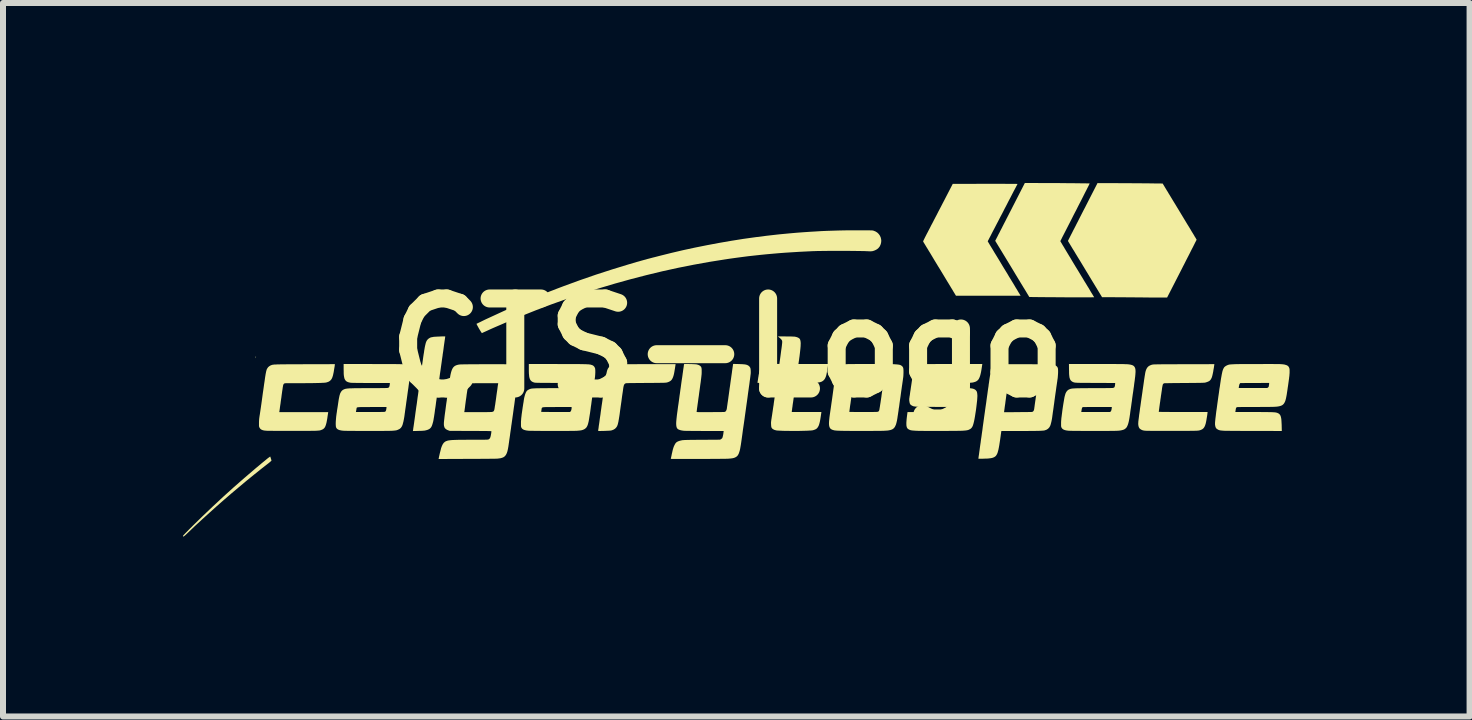
<source format=kicad_pcb>
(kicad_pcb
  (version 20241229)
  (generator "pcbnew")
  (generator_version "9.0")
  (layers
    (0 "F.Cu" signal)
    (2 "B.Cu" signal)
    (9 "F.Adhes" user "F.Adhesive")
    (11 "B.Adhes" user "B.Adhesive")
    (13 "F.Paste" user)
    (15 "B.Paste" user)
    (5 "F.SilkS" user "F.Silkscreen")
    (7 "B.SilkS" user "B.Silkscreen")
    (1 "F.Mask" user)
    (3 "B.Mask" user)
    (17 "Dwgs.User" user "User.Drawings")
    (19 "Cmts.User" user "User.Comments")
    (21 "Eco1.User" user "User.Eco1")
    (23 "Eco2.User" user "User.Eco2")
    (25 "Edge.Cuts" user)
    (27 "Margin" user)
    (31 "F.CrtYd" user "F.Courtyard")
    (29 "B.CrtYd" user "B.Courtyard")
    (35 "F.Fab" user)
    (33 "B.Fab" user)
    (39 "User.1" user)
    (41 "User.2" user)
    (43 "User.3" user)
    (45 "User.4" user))
  (footprint "CTS-Logo"
    (layer "F.Cu")
    (at 9.075 2.747)
    (property "Reference" "CTS-Logo" (at 0 0 0) (layer "F.SilkS") (effects (font (size 1.5 1.5) (thickness 0.3))))
    (attr board_only exclude_from_pos_files exclude_from_bom)
    (fp_poly (pts (xy -7.858 0.146) (xy -7.857 0.154) (xy -7.86 0.167) (xy -7.86 0.168) (xy -7.861 0.173) (xy -7.862 0.173) (xy -7.863 0.167) (xy -7.863 0.161) (xy -7.863 0.151) (xy -7.861 0.145) (xy -7.86 0.143)) (stroke (width 0) (type solid)) (fill yes) (layer "F.SilkS"))
    (fp_poly (pts (xy -7.62 1.814) (xy -7.618 1.819) (xy -7.615 1.829) (xy -7.611 1.841) (xy -7.607 1.854) (xy -7.603 1.867) (xy -7.601 1.877) (xy -7.6 1.882) (xy -7.6 1.882) (xy -7.603 1.885) (xy -7.61 1.891) (xy -7.62 1.9) (xy -7.634 1.912) (xy -7.65 1.925) (xy -7.657 1.93) (xy -7.776 2.023) (xy -7.897 2.12) (xy -8.02 2.22) (xy -8.144 2.324) (xy -8.269 2.429) (xy -8.393 2.536) (xy -8.516 2.644) (xy -8.636 2.752) (xy -8.753 2.858) (xy -8.867 2.963) (xy -8.975 3.066) (xy -8.994 3.084) (xy -9.015 3.104) (xy -9.032 3.12) (xy -9.046 3.132) (xy -9.056 3.14) (xy -9.063 3.145) (xy -9.068 3.146) (xy -9.072 3.145) (xy -9.074 3.142) (xy -9.075 3.139) (xy -9.075 3.137) (xy -9.074 3.134) (xy -9.071 3.13) (xy -9.066 3.124) (xy -9.059 3.116) (xy -9.049 3.106) (xy -9.037 3.093) (xy -9.021 3.077) (xy -9.002 3.058) (xy -8.98 3.035) (xy -8.953 3.008) (xy -8.921 2.977) (xy -8.918 2.973) (xy -8.749 2.808) (xy -8.579 2.646) (xy -8.407 2.486) (xy -8.232 2.328) (xy -8.053 2.171) (xy -7.868 2.013) (xy -7.859 2.005) (xy -7.814 1.968) (xy -7.775 1.935) (xy -7.74 1.906) (xy -7.71 1.882) (xy -7.685 1.861) (xy -7.664 1.844) (xy -7.647 1.831) (xy -7.634 1.822) (xy -7.626 1.816) (xy -7.621 1.814)) (stroke (width 0) (type solid)) (fill yes) (layer "F.SilkS"))
    (fp_poly (pts (xy 6.507 -2.744) (xy 6.56 -2.743) (xy 6.614 -2.743) (xy 6.67 -2.743) (xy 6.726 -2.743) (xy 6.782 -2.742) (xy 6.836 -2.742) (xy 6.888 -2.742) (xy 6.936 -2.741) (xy 6.98 -2.741) (xy 7.02 -2.741) (xy 7.05 -2.74) (xy 7.255 -2.738) (xy 7.305 -2.655) (xy 7.313 -2.642) (xy 7.324 -2.623) (xy 7.339 -2.6) (xy 7.355 -2.572) (xy 7.375 -2.54) (xy 7.396 -2.505) (xy 7.419 -2.467) (xy 7.444 -2.426) (xy 7.471 -2.382) (xy 7.498 -2.337) (xy 7.526 -2.291) (xy 7.555 -2.243) (xy 7.584 -2.195) (xy 7.588 -2.188) (xy 7.616 -2.142) (xy 7.643 -2.097) (xy 7.669 -2.054) (xy 7.694 -2.014) (xy 7.717 -1.976) (xy 7.738 -1.94) (xy 7.758 -1.908) (xy 7.775 -1.88) (xy 7.789 -1.855) (xy 7.802 -1.835) (xy 7.811 -1.819) (xy 7.817 -1.808) (xy 7.821 -1.802) (xy 7.821 -1.802) (xy 7.82 -1.798) (xy 7.815 -1.789) (xy 7.808 -1.775) (xy 7.798 -1.756) (xy 7.786 -1.732) (xy 7.772 -1.704) (xy 7.756 -1.672) (xy 7.737 -1.636) (xy 7.717 -1.596) (xy 7.696 -1.554) (xy 7.672 -1.508) (xy 7.648 -1.461) (xy 7.623 -1.411) (xy 7.596 -1.359) (xy 7.575 -1.317) (xy 7.329 -0.837) (xy 7.198 -0.837) (xy 7.173 -0.837) (xy 7.142 -0.838) (xy 7.107 -0.838) (xy 7.067 -0.838) (xy 7.024 -0.838) (xy 6.979 -0.839) (xy 6.932 -0.839) (xy 6.885 -0.84) (xy 6.839 -0.84) (xy 6.803 -0.84) (xy 6.757 -0.841) (xy 6.709 -0.841) (xy 6.661 -0.841) (xy 6.613 -0.842) (xy 6.566 -0.842) (xy 6.522 -0.842) (xy 6.48 -0.842) (xy 6.443 -0.843) (xy 6.411 -0.843) (xy 6.392 -0.843) (xy 6.245 -0.843) (xy 6.035 -1.189) (xy 6.007 -1.236) (xy 5.978 -1.283) (xy 5.95 -1.33) (xy 5.922 -1.376) (xy 5.895 -1.421) (xy 5.869 -1.464) (xy 5.844 -1.504) (xy 5.821 -1.542) (xy 5.8 -1.576) (xy 5.782 -1.607) (xy 5.766 -1.632) (xy 5.753 -1.653) (xy 5.75 -1.658) (xy 5.676 -1.781) (xy 5.731 -1.89) (xy 5.74 -1.907) (xy 5.751 -1.929) (xy 5.765 -1.957) (xy 5.782 -1.989) (xy 5.8 -2.024) (xy 5.82 -2.064) (xy 5.842 -2.106) (xy 5.864 -2.15) (xy 5.888 -2.197) (xy 5.912 -2.244) (xy 5.937 -2.293) (xy 5.963 -2.342) (xy 5.978 -2.372) (xy 6.169 -2.745)) (stroke (width 0) (type solid)) (fill yes) (layer "F.SilkS"))
    (fp_poly (pts (xy -4.707 -0.19) (xy -4.703 -0.189) (xy -4.703 -0.189) (xy -4.704 -0.186) (xy -4.705 -0.176) (xy -4.707 -0.161) (xy -4.71 -0.14) (xy -4.714 -0.115) (xy -4.718 -0.085) (xy -4.723 -0.052) (xy -4.728 -0.015) (xy -4.733 0.025) (xy -4.739 0.068) (xy -4.746 0.112) (xy -4.748 0.132) (xy -4.756 0.185) (xy -4.764 0.244) (xy -4.773 0.307) (xy -4.782 0.373) (xy -4.792 0.44) (xy -4.801 0.509) (xy -4.81 0.577) (xy -4.82 0.643) (xy -4.828 0.706) (xy -4.836 0.765) (xy -4.84 0.793) (xy -4.848 0.853) (xy -4.856 0.907) (xy -4.862 0.955) (xy -4.868 0.997) (xy -4.874 1.034) (xy -4.878 1.067) (xy -4.882 1.096) (xy -4.886 1.121) (xy -4.889 1.142) (xy -4.892 1.16) (xy -4.895 1.176) (xy -4.897 1.19) (xy -4.899 1.202) (xy -4.901 1.212) (xy -4.903 1.222) (xy -4.905 1.231) (xy -4.907 1.239) (xy -4.908 1.242) (xy -4.917 1.274) (xy -4.926 1.3) (xy -4.936 1.32) (xy -4.949 1.337) (xy -4.963 1.35) (xy -4.98 1.36) (xy -4.996 1.367) (xy -5.009 1.371) (xy -5.022 1.375) (xy -5.036 1.378) (xy -5.05 1.381) (xy -5.067 1.382) (xy -5.088 1.384) (xy -5.113 1.385) (xy -5.143 1.385) (xy -5.15 1.386) (xy -5.243 1.388) (xy -5.241 1.38) (xy -5.24 1.373) (xy -5.238 1.36) (xy -5.236 1.341) (xy -5.232 1.317) (xy -5.228 1.289) (xy -5.223 1.255) (xy -5.218 1.218) (xy -5.212 1.177) (xy -5.206 1.133) (xy -5.2 1.087) (xy -5.193 1.038) (xy -5.186 0.987) (xy -5.178 0.935) (xy -5.171 0.882) (xy -5.164 0.828) (xy -5.156 0.775) (xy -5.149 0.721) (xy -5.142 0.669) (xy -5.134 0.617) (xy -5.128 0.567) (xy -5.121 0.52) (xy -5.118 0.5) (xy -5.108 0.427) (xy -5.099 0.361) (xy -5.091 0.301) (xy -5.083 0.246) (xy -5.076 0.197) (xy -5.07 0.153) (xy -5.064 0.113) (xy -5.058 0.078) (xy -5.054 0.047) (xy -5.049 0.019) (xy -5.045 -0.005) (xy -5.041 -0.025) (xy -5.037 -0.043) (xy -5.033 -0.059) (xy -5.03 -0.072) (xy -5.027 -0.084) (xy -5.023 -0.093) (xy -5.02 -0.102) (xy -5.016 -0.11) (xy -5.012 -0.117) (xy -5.008 -0.124) (xy -4.996 -0.139) (xy -4.979 -0.154) (xy -4.961 -0.165) (xy -4.951 -0.17) (xy -4.939 -0.174) (xy -4.923 -0.177) (xy -4.906 -0.18) (xy -4.899 -0.182) (xy -4.888 -0.183) (xy -4.873 -0.184) (xy -4.855 -0.185) (xy -4.834 -0.186) (xy -4.812 -0.187) (xy -4.79 -0.188) (xy -4.768 -0.189) (xy -4.748 -0.19) (xy -4.73 -0.19) (xy -4.717 -0.19)) (stroke (width 0) (type solid)) (fill yes) (layer "F.SilkS"))
    (fp_poly (pts (xy 5.15 -2.747) (xy 5.183 -2.746) (xy 5.22 -2.746) (xy 5.26 -2.746) (xy 5.302 -2.746) (xy 5.348 -2.746) (xy 5.394 -2.746) (xy 5.443 -2.745) (xy 5.492 -2.745) (xy 5.541 -2.745) (xy 5.591 -2.744) (xy 5.64 -2.744) (xy 5.689 -2.743) (xy 5.736 -2.743) (xy 5.781 -2.743) (xy 5.824 -2.742) (xy 5.865 -2.742) (xy 5.902 -2.741) (xy 5.936 -2.741) (xy 5.966 -2.741) (xy 5.991 -2.74) (xy 6.011 -2.74) (xy 6.026 -2.74) (xy 6.036 -2.739) (xy 6.039 -2.739) (xy 6.037 -2.736) (xy 6.033 -2.727) (xy 6.026 -2.713) (xy 6.017 -2.694) (xy 6.005 -2.671) (xy 5.991 -2.643) (xy 5.974 -2.61) (xy 5.956 -2.575) (xy 5.936 -2.535) (xy 5.915 -2.493) (xy 5.892 -2.448) (xy 5.867 -2.4) (xy 5.842 -2.351) (xy 5.816 -2.299) (xy 5.795 -2.259) (xy 5.768 -2.207) (xy 5.742 -2.155) (xy 5.717 -2.106) (xy 5.693 -2.059) (xy 5.67 -2.014) (xy 5.649 -1.973) (xy 5.629 -1.934) (xy 5.611 -1.899) (xy 5.595 -1.868) (xy 5.581 -1.841) (xy 5.57 -1.818) (xy 5.561 -1.8) (xy 5.554 -1.787) (xy 5.55 -1.78) (xy 5.549 -1.778) (xy 5.551 -1.775) (xy 5.556 -1.766) (xy 5.564 -1.752) (xy 5.575 -1.734) (xy 5.588 -1.711) (xy 5.605 -1.684) (xy 5.623 -1.653) (xy 5.644 -1.618) (xy 5.667 -1.58) (xy 5.691 -1.54) (xy 5.718 -1.496) (xy 5.745 -1.45) (xy 5.774 -1.402) (xy 5.804 -1.352) (xy 5.83 -1.31) (xy 5.861 -1.259) (xy 5.891 -1.209) (xy 5.92 -1.162) (xy 5.947 -1.116) (xy 5.974 -1.073) (xy 5.998 -1.033) (xy 6.021 -0.996) (xy 6.041 -0.962) (xy 6.059 -0.931) (xy 6.075 -0.905) (xy 6.089 -0.883) (xy 6.099 -0.865) (xy 6.107 -0.853) (xy 6.112 -0.845) (xy 6.113 -0.843) (xy 6.11 -0.842) (xy 6.1 -0.842) (xy 6.085 -0.842) (xy 6.063 -0.841) (xy 6.036 -0.841) (xy 6.003 -0.841) (xy 5.965 -0.841) (xy 5.923 -0.841) (xy 5.875 -0.841) (xy 5.824 -0.841) (xy 5.768 -0.841) (xy 5.708 -0.841) (xy 5.645 -0.841) (xy 5.578 -0.842) (xy 5.508 -0.842) (xy 5.435 -0.843) (xy 5.36 -0.843) (xy 5.323 -0.843) (xy 5.279 -0.844) (xy 5.238 -0.844) (xy 5.199 -0.844) (xy 5.163 -0.845) (xy 5.13 -0.845) (xy 5.101 -0.845) (xy 5.077 -0.846) (xy 5.057 -0.846) (xy 5.043 -0.846) (xy 5.035 -0.847) (xy 5.032 -0.847) (xy 5.03 -0.85) (xy 5.025 -0.858) (xy 5.017 -0.872) (xy 5.006 -0.89) (xy 4.992 -0.913) (xy 4.976 -0.94) (xy 4.957 -0.971) (xy 4.936 -1.005) (xy 4.913 -1.043) (xy 4.888 -1.084) (xy 4.862 -1.127) (xy 4.834 -1.173) (xy 4.805 -1.221) (xy 4.775 -1.271) (xy 4.748 -1.316) (xy 4.464 -1.783) (xy 4.498 -1.849) (xy 4.504 -1.86) (xy 4.512 -1.877) (xy 4.523 -1.898) (xy 4.537 -1.924) (xy 4.552 -1.955) (xy 4.57 -1.989) (xy 4.589 -2.027) (xy 4.61 -2.068) (xy 4.633 -2.112) (xy 4.656 -2.158) (xy 4.681 -2.206) (xy 4.706 -2.255) (xy 4.732 -2.305) (xy 4.745 -2.331) (xy 4.958 -2.747)) (stroke (width 0) (type solid)) (fill yes) (layer "F.SilkS"))
    (fp_poly (pts (xy 4.522 -2.733) (xy 4.572 -2.733) (xy 4.619 -2.733) (xy 4.662 -2.732) (xy 4.701 -2.732) (xy 4.736 -2.732) (xy 4.766 -2.732) (xy 4.791 -2.732) (xy 4.811 -2.732) (xy 4.825 -2.731) (xy 4.834 -2.731) (xy 4.836 -2.731) (xy 4.834 -2.727) (xy 4.829 -2.718) (xy 4.822 -2.704) (xy 4.812 -2.685) (xy 4.8 -2.662) (xy 4.785 -2.634) (xy 4.769 -2.604) (xy 4.751 -2.569) (xy 4.732 -2.532) (xy 4.712 -2.493) (xy 4.69 -2.452) (xy 4.668 -2.409) (xy 4.645 -2.364) (xy 4.621 -2.319) (xy 4.598 -2.273) (xy 4.574 -2.227) (xy 4.55 -2.182) (xy 4.527 -2.137) (xy 4.504 -2.093) (xy 4.482 -2.051) (xy 4.461 -2.01) (xy 4.441 -1.972) (xy 4.422 -1.936) (xy 4.405 -1.903) (xy 4.39 -1.873) (xy 4.377 -1.848) (xy 4.365 -1.826) (xy 4.357 -1.809) (xy 4.35 -1.797) (xy 4.347 -1.79) (xy 4.346 -1.789) (xy 4.339 -1.774) (xy 4.356 -1.746) (xy 4.376 -1.712) (xy 4.398 -1.676) (xy 4.422 -1.637) (xy 4.446 -1.596) (xy 4.472 -1.554) (xy 4.499 -1.51) (xy 4.527 -1.464) (xy 4.554 -1.419) (xy 4.582 -1.372) (xy 4.61 -1.326) (xy 4.638 -1.28) (xy 4.666 -1.235) (xy 4.692 -1.19) (xy 4.718 -1.148) (xy 4.743 -1.107) (xy 4.767 -1.068) (xy 4.789 -1.031) (xy 4.809 -0.997) (xy 4.828 -0.967) (xy 4.844 -0.939) (xy 4.858 -0.916) (xy 4.87 -0.897) (xy 4.878 -0.883) (xy 4.884 -0.873) (xy 4.887 -0.869) (xy 4.887 -0.869) (xy 4.883 -0.868) (xy 4.874 -0.868) (xy 4.858 -0.868) (xy 4.837 -0.868) (xy 4.811 -0.868) (xy 4.779 -0.867) (xy 4.743 -0.867) (xy 4.703 -0.867) (xy 4.659 -0.867) (xy 4.612 -0.867) (xy 4.561 -0.867) (xy 4.508 -0.867) (xy 4.452 -0.867) (xy 4.394 -0.867) (xy 4.349 -0.867) (xy 3.81 -0.867) (xy 3.786 -0.907) (xy 3.781 -0.915) (xy 3.773 -0.928) (xy 3.762 -0.946) (xy 3.749 -0.969) (xy 3.732 -0.996) (xy 3.714 -1.026) (xy 3.693 -1.061) (xy 3.67 -1.098) (xy 3.646 -1.138) (xy 3.62 -1.181) (xy 3.593 -1.226) (xy 3.565 -1.272) (xy 3.536 -1.32) (xy 3.514 -1.355) (xy 3.485 -1.403) (xy 3.457 -1.449) (xy 3.43 -1.494) (xy 3.405 -1.536) (xy 3.381 -1.576) (xy 3.358 -1.613) (xy 3.338 -1.647) (xy 3.319 -1.677) (xy 3.303 -1.704) (xy 3.289 -1.727) (xy 3.278 -1.745) (xy 3.27 -1.758) (xy 3.265 -1.766) (xy 3.264 -1.769) (xy 3.263 -1.771) (xy 3.263 -1.773) (xy 3.264 -1.777) (xy 3.266 -1.783) (xy 3.269 -1.79) (xy 3.274 -1.8) (xy 3.28 -1.812) (xy 3.287 -1.827) (xy 3.296 -1.845) (xy 3.308 -1.868) (xy 3.321 -1.894) (xy 3.337 -1.924) (xy 3.355 -1.959) (xy 3.376 -1.999) (xy 3.399 -2.045) (xy 3.415 -2.074) (xy 3.439 -2.121) (xy 3.464 -2.169) (xy 3.49 -2.218) (xy 3.515 -2.268) (xy 3.541 -2.317) (xy 3.566 -2.365) (xy 3.589 -2.41) (xy 3.612 -2.453) (xy 3.632 -2.492) (xy 3.65 -2.527) (xy 3.663 -2.552) (xy 3.756 -2.732) (xy 4.297 -2.733) (xy 4.356 -2.733) (xy 4.414 -2.733) (xy 4.469 -2.733)) (stroke (width 0) (type solid)) (fill yes) (layer "F.SilkS"))
    (fp_poly (pts (xy -0.865 0.282) (xy -0.866 0.289) (xy -0.868 0.3) (xy -0.87 0.316) (xy -0.873 0.334) (xy -0.876 0.355) (xy -0.877 0.358) (xy -0.884 0.401) (xy -0.891 0.437) (xy -0.899 0.468) (xy -0.908 0.494) (xy -0.918 0.515) (xy -0.929 0.533) (xy -0.942 0.547) (xy -0.958 0.558) (xy -0.975 0.567) (xy -0.996 0.575) (xy -1.007 0.578) (xy -1.011 0.579) (xy -1.016 0.58) (xy -1.021 0.581) (xy -1.027 0.581) (xy -1.035 0.582) (xy -1.045 0.583) (xy -1.057 0.583) (xy -1.072 0.584) (xy -1.091 0.584) (xy -1.112 0.584) (xy -1.138 0.585) (xy -1.169 0.585) (xy -1.204 0.585) (xy -1.244 0.586) (xy -1.29 0.586) (xy -1.343 0.586) (xy -1.36 0.586) (xy -1.414 0.587) (xy -1.462 0.587) (xy -1.504 0.587) (xy -1.54 0.588) (xy -1.572 0.588) (xy -1.598 0.588) (xy -1.621 0.588) (xy -1.64 0.589) (xy -1.655 0.589) (xy -1.667 0.59) (xy -1.677 0.59) (xy -1.684 0.591) (xy -1.689 0.591) (xy -1.693 0.592) (xy -1.697 0.593) (xy -1.699 0.594) (xy -1.701 0.595) (xy -1.702 0.596) (xy -1.712 0.602) (xy -1.719 0.611) (xy -1.725 0.623) (xy -1.73 0.64) (xy -1.731 0.647) (xy -1.733 0.654) (xy -1.735 0.667) (xy -1.738 0.686) (xy -1.741 0.71) (xy -1.745 0.738) (xy -1.75 0.77) (xy -1.755 0.804) (xy -1.76 0.841) (xy -1.765 0.88) (xy -1.77 0.915) (xy -1.778 0.971) (xy -1.785 1.021) (xy -1.791 1.065) (xy -1.796 1.104) (xy -1.801 1.138) (xy -1.806 1.167) (xy -1.81 1.193) (xy -1.814 1.214) (xy -1.817 1.233) (xy -1.821 1.249) (xy -1.824 1.262) (xy -1.827 1.274) (xy -1.83 1.284) (xy -1.833 1.293) (xy -1.837 1.301) (xy -1.84 1.309) (xy -1.855 1.331) (xy -1.874 1.35) (xy -1.899 1.365) (xy -1.927 1.376) (xy -1.947 1.38) (xy -1.957 1.381) (xy -1.972 1.382) (xy -1.992 1.383) (xy -2.015 1.384) (xy -2.04 1.385) (xy -2.064 1.386) (xy -2.091 1.386) (xy -2.112 1.387) (xy -2.128 1.387) (xy -2.14 1.387) (xy -2.148 1.386) (xy -2.152 1.385) (xy -2.154 1.384) (xy -2.155 1.383) (xy -2.155 1.381) (xy -2.154 1.377) (xy -2.153 1.367) (xy -2.15 1.351) (xy -2.147 1.33) (xy -2.144 1.303) (xy -2.139 1.272) (xy -2.134 1.237) (xy -2.129 1.198) (xy -2.123 1.156) (xy -2.116 1.111) (xy -2.11 1.063) (xy -2.103 1.014) (xy -2.097 0.97) (xy -2.086 0.897) (xy -2.077 0.83) (xy -2.068 0.77) (xy -2.061 0.715) (xy -2.053 0.665) (xy -2.047 0.62) (xy -2.041 0.58) (xy -2.036 0.545) (xy -2.031 0.514) (xy -2.026 0.486) (xy -2.022 0.462) (xy -2.019 0.441) (xy -2.015 0.423) (xy -2.012 0.408) (xy -2.009 0.395) (xy -2.006 0.383) (xy -2.003 0.374) (xy -2 0.366) (xy -1.997 0.358) (xy -1.994 0.352) (xy -1.991 0.346) (xy -1.988 0.341) (xy -1.978 0.327) (xy -1.964 0.313) (xy -1.948 0.301) (xy -1.936 0.294) (xy -1.929 0.291) (xy -1.923 0.289) (xy -1.916 0.287) (xy -1.909 0.285) (xy -1.9 0.283) (xy -1.891 0.281) (xy -1.879 0.28) (xy -1.866 0.279) (xy -1.85 0.278) (xy -1.832 0.277) (xy -1.81 0.276) (xy -1.785 0.275) (xy -1.757 0.275) (xy -1.725 0.274) (xy -1.688 0.274) (xy -1.647 0.274) (xy -1.601 0.274) (xy -1.55 0.274) (xy -1.493 0.273) (xy -1.43 0.273) (xy -1.361 0.273) (xy -1.338 0.273) (xy -0.864 0.273)) (stroke (width 0) (type solid)) (fill yes) (layer "F.SilkS"))
    (fp_poly (pts (xy 2.284 -1.958) (xy 2.315 -1.958) (xy 2.34 -1.958) (xy 2.362 -1.958) (xy 2.379 -1.957) (xy 2.393 -1.957) (xy 2.405 -1.957) (xy 2.414 -1.956) (xy 2.42 -1.955) (xy 2.426 -1.954) (xy 2.431 -1.953) (xy 2.435 -1.952) (xy 2.435 -1.952) (xy 2.468 -1.939) (xy 2.497 -1.921) (xy 2.521 -1.898) (xy 2.54 -1.872) (xy 2.554 -1.843) (xy 2.562 -1.811) (xy 2.565 -1.782) (xy 2.561 -1.748) (xy 2.552 -1.717) (xy 2.538 -1.688) (xy 2.518 -1.663) (xy 2.493 -1.642) (xy 2.463 -1.626) (xy 2.461 -1.625) (xy 2.448 -1.62) (xy 2.437 -1.616) (xy 2.426 -1.613) (xy 2.415 -1.61) (xy 2.403 -1.609) (xy 2.388 -1.608) (xy 2.37 -1.608) (xy 2.349 -1.609) (xy 2.322 -1.61) (xy 2.3 -1.611) (xy 2.277 -1.612) (xy 2.249 -1.612) (xy 2.215 -1.613) (xy 2.176 -1.613) (xy 2.133 -1.614) (xy 2.087 -1.614) (xy 2.038 -1.615) (xy 1.987 -1.615) (xy 1.935 -1.615) (xy 1.882 -1.615) (xy 1.828 -1.615) (xy 1.775 -1.615) (xy 1.724 -1.615) (xy 1.674 -1.615) (xy 1.626 -1.614) (xy 1.581 -1.614) (xy 1.541 -1.613) (xy 1.504 -1.613) (xy 1.472 -1.612) (xy 1.446 -1.611) (xy 1.433 -1.611) (xy 1.309 -1.605) (xy 1.19 -1.599) (xy 1.077 -1.592) (xy 0.967 -1.585) (xy 0.861 -1.577) (xy 0.758 -1.568) (xy 0.656 -1.559) (xy 0.556 -1.549) (xy 0.455 -1.538) (xy 0.354 -1.527) (xy 0.252 -1.514) (xy 0.147 -1.5) (xy 0.039 -1.485) (xy -0.04 -1.473) (xy -0.298 -1.432) (xy -0.559 -1.385) (xy -0.821 -1.333) (xy -1.085 -1.275) (xy -1.35 -1.211) (xy -1.616 -1.142) (xy -1.882 -1.068) (xy -2.147 -0.989) (xy -2.411 -0.905) (xy -2.674 -0.816) (xy -2.935 -0.723) (xy -3.193 -0.625) (xy -3.313 -0.577) (xy -3.378 -0.551) (xy -3.444 -0.525) (xy -3.511 -0.497) (xy -3.578 -0.469) (xy -3.645 -0.441) (xy -3.71 -0.414) (xy -3.774 -0.386) (xy -3.835 -0.36) (xy -3.893 -0.335) (xy -3.947 -0.311) (xy -3.997 -0.288) (xy -4.041 -0.268) (xy -4.057 -0.261) (xy -4.093 -0.244) (xy -4.113 -0.274) (xy -4.141 -0.32) (xy -4.165 -0.364) (xy -4.171 -0.375) (xy -4.183 -0.399) (xy -4.151 -0.415) (xy -4.119 -0.43) (xy -4.083 -0.448) (xy -4.042 -0.468) (xy -3.997 -0.489) (xy -3.949 -0.511) (xy -3.899 -0.534) (xy -3.847 -0.558) (xy -3.795 -0.582) (xy -3.743 -0.606) (xy -3.692 -0.629) (xy -3.642 -0.652) (xy -3.595 -0.673) (xy -3.551 -0.692) (xy -3.511 -0.71) (xy -3.485 -0.721) (xy -3.398 -0.758) (xy -3.316 -0.793) (xy -3.239 -0.825) (xy -3.166 -0.855) (xy -3.096 -0.884) (xy -3.03 -0.911) (xy -2.966 -0.937) (xy -2.903 -0.961) (xy -2.842 -0.985) (xy -2.781 -1.008) (xy -2.728 -1.028) (xy -2.457 -1.127) (xy -2.188 -1.22) (xy -1.919 -1.307) (xy -1.651 -1.389) (xy -1.505 -1.432) (xy -1.471 -1.441) (xy -1.441 -1.45) (xy -1.412 -1.458) (xy -1.386 -1.465) (xy -1.359 -1.472) (xy -1.333 -1.48) (xy -1.305 -1.487) (xy -1.275 -1.495) (xy -1.241 -1.504) (xy -1.204 -1.513) (xy -1.162 -1.524) (xy -1.127 -1.533) (xy -0.935 -1.581) (xy -0.739 -1.627) (xy -0.54 -1.67) (xy -0.34 -1.71) (xy -0.138 -1.748) (xy 0.064 -1.783) (xy 0.265 -1.815) (xy 0.465 -1.843) (xy 0.662 -1.868) (xy 0.856 -1.89) (xy 1.045 -1.908) (xy 1.047 -1.908) (xy 1.16 -1.918) (xy 1.268 -1.926) (xy 1.371 -1.933) (xy 1.472 -1.939) (xy 1.57 -1.945) (xy 1.666 -1.949) (xy 1.763 -1.952) (xy 1.861 -1.955) (xy 1.961 -1.957) (xy 2.064 -1.958) (xy 2.16 -1.958) (xy 2.208 -1.958) (xy 2.249 -1.958)) (stroke (width 0) (type solid)) (fill yes) (layer "F.SilkS"))
    (fp_poly (pts (xy -6.545 0.292) (xy -6.547 0.31) (xy -6.551 0.332) (xy -6.555 0.356) (xy -6.559 0.381) (xy -6.563 0.406) (xy -6.568 0.429) (xy -6.572 0.448) (xy -6.575 0.461) (xy -6.585 0.493) (xy -6.597 0.519) (xy -6.612 0.539) (xy -6.63 0.555) (xy -6.653 0.568) (xy -6.681 0.577) (xy -6.689 0.579) (xy -6.702 0.581) (xy -6.722 0.583) (xy -6.748 0.584) (xy -6.781 0.586) (xy -6.821 0.587) (xy -6.866 0.588) (xy -6.918 0.589) (xy -6.977 0.589) (xy -7.041 0.59) (xy -7.112 0.59) (xy -7.137 0.59) (xy -7.187 0.59) (xy -7.231 0.59) (xy -7.268 0.59) (xy -7.3 0.59) (xy -7.326 0.59) (xy -7.347 0.591) (xy -7.362 0.591) (xy -7.373 0.592) (xy -7.379 0.593) (xy -7.379 0.593) (xy -7.39 0.597) (xy -7.396 0.604) (xy -7.399 0.609) (xy -7.401 0.612) (xy -7.402 0.615) (xy -7.403 0.619) (xy -7.405 0.623) (xy -7.406 0.629) (xy -7.408 0.637) (xy -7.409 0.647) (xy -7.412 0.661) (xy -7.414 0.677) (xy -7.417 0.698) (xy -7.421 0.722) (xy -7.425 0.752) (xy -7.43 0.787) (xy -7.435 0.828) (xy -7.44 0.86) (xy -7.445 0.895) (xy -7.449 0.929) (xy -7.454 0.96) (xy -7.458 0.988) (xy -7.461 1.013) (xy -7.464 1.033) (xy -7.466 1.049) (xy -7.468 1.059) (xy -7.468 1.062) (xy -7.47 1.073) (xy -7.062 1.073) (xy -6.654 1.073) (xy -6.664 1.137) (xy -6.67 1.18) (xy -6.677 1.218) (xy -6.683 1.249) (xy -6.69 1.275) (xy -6.697 1.297) (xy -6.705 1.316) (xy -6.713 1.33) (xy -6.723 1.342) (xy -6.734 1.352) (xy -6.747 1.36) (xy -6.757 1.365) (xy -6.764 1.367) (xy -6.769 1.37) (xy -6.775 1.372) (xy -6.781 1.374) (xy -6.788 1.376) (xy -6.795 1.378) (xy -6.804 1.379) (xy -6.814 1.38) (xy -6.826 1.381) (xy -6.841 1.382) (xy -6.858 1.383) (xy -6.879 1.384) (xy -6.903 1.384) (xy -6.931 1.384) (xy -6.964 1.385) (xy -7.001 1.385) (xy -7.043 1.385) (xy -7.09 1.385) (xy -7.143 1.385) (xy -7.202 1.385) (xy -7.232 1.385) (xy -7.284 1.385) (xy -7.335 1.385) (xy -7.385 1.385) (xy -7.432 1.385) (xy -7.477 1.385) (xy -7.519 1.385) (xy -7.557 1.385) (xy -7.591 1.384) (xy -7.62 1.384) (xy -7.645 1.384) (xy -7.664 1.384) (xy -7.677 1.383) (xy -7.682 1.383) (xy -7.715 1.38) (xy -7.741 1.375) (xy -7.762 1.367) (xy -7.779 1.357) (xy -7.791 1.344) (xy -7.8 1.33) (xy -7.803 1.323) (xy -7.805 1.317) (xy -7.807 1.31) (xy -7.808 1.301) (xy -7.808 1.289) (xy -7.808 1.272) (xy -7.808 1.255) (xy -7.808 1.234) (xy -7.807 1.215) (xy -7.806 1.197) (xy -7.804 1.177) (xy -7.801 1.155) (xy -7.797 1.128) (xy -7.795 1.118) (xy -7.791 1.09) (xy -7.786 1.057) (xy -7.781 1.023) (xy -7.776 0.99) (xy -7.772 0.96) (xy -7.771 0.955) (xy -7.761 0.883) (xy -7.752 0.817) (xy -7.744 0.757) (xy -7.736 0.703) (xy -7.729 0.654) (xy -7.723 0.61) (xy -7.717 0.571) (xy -7.712 0.537) (xy -7.708 0.506) (xy -7.704 0.48) (xy -7.7 0.456) (xy -7.697 0.436) (xy -7.693 0.419) (xy -7.691 0.405) (xy -7.688 0.393) (xy -7.685 0.382) (xy -7.683 0.374) (xy -7.681 0.367) (xy -7.678 0.36) (xy -7.676 0.355) (xy -7.673 0.35) (xy -7.67 0.345) (xy -7.668 0.341) (xy -7.655 0.323) (xy -7.636 0.307) (xy -7.616 0.295) (xy -7.614 0.294) (xy -7.609 0.292) (xy -7.603 0.29) (xy -7.598 0.288) (xy -7.592 0.286) (xy -7.586 0.284) (xy -7.579 0.283) (xy -7.57 0.282) (xy -7.559 0.28) (xy -7.547 0.279) (xy -7.532 0.279) (xy -7.515 0.278) (xy -7.495 0.277) (xy -7.471 0.277) (xy -7.444 0.276) (xy -7.412 0.276) (xy -7.377 0.276) (xy -7.336 0.275) (xy -7.291 0.275) (xy -7.241 0.275) (xy -7.185 0.275) (xy -7.122 0.275) (xy -7.054 0.274) (xy -7.039 0.274) (xy -6.543 0.273)) (stroke (width 0) (type solid)) (fill yes) (layer "F.SilkS"))
    (fp_poly (pts (xy 8.115 0.286) (xy 8.109 0.33) (xy 8.102 0.368) (xy 8.097 0.401) (xy 8.091 0.429) (xy 8.086 0.452) (xy 8.081 0.472) (xy 8.076 0.489) (xy 8.071 0.502) (xy 8.066 0.512) (xy 8.056 0.53) (xy 8.044 0.544) (xy 8.029 0.556) (xy 8.01 0.565) (xy 7.986 0.574) (xy 7.974 0.577) (xy 7.97 0.579) (xy 7.966 0.58) (xy 7.961 0.581) (xy 7.955 0.582) (xy 7.948 0.582) (xy 7.94 0.583) (xy 7.929 0.583) (xy 7.916 0.584) (xy 7.9 0.584) (xy 7.881 0.585) (xy 7.858 0.585) (xy 7.831 0.585) (xy 7.799 0.586) (xy 7.762 0.586) (xy 7.72 0.586) (xy 7.672 0.587) (xy 7.62 0.587) (xy 7.574 0.587) (xy 7.529 0.588) (xy 7.486 0.588) (xy 7.447 0.588) (xy 7.41 0.589) (xy 7.377 0.589) (xy 7.348 0.59) (xy 7.324 0.59) (xy 7.305 0.591) (xy 7.291 0.591) (xy 7.283 0.591) (xy 7.282 0.592) (xy 7.273 0.595) (xy 7.266 0.6) (xy 7.26 0.607) (xy 7.256 0.619) (xy 7.252 0.635) (xy 7.249 0.653) (xy 7.247 0.661) (xy 7.245 0.675) (xy 7.243 0.693) (xy 7.24 0.715) (xy 7.236 0.74) (xy 7.232 0.769) (xy 7.227 0.799) (xy 7.223 0.831) (xy 7.218 0.863) (xy 7.214 0.895) (xy 7.209 0.926) (xy 7.205 0.956) (xy 7.201 0.984) (xy 7.198 1.009) (xy 7.195 1.03) (xy 7.193 1.048) (xy 7.191 1.06) (xy 7.19 1.067) (xy 7.19 1.067) (xy 7.193 1.068) (xy 7.203 1.068) (xy 7.218 1.068) (xy 7.239 1.069) (xy 7.265 1.069) (xy 7.295 1.069) (xy 7.33 1.069) (xy 7.369 1.07) (xy 7.411 1.07) (xy 7.456 1.07) (xy 7.504 1.07) (xy 7.554 1.07) (xy 7.597 1.07) (xy 8.004 1.07) (xy 8.002 1.089) (xy 8 1.107) (xy 7.997 1.128) (xy 7.993 1.152) (xy 7.989 1.176) (xy 7.985 1.201) (xy 7.981 1.223) (xy 7.977 1.242) (xy 7.974 1.257) (xy 7.973 1.261) (xy 7.963 1.293) (xy 7.951 1.32) (xy 7.936 1.341) (xy 7.917 1.357) (xy 7.897 1.367) (xy 7.89 1.37) (xy 7.884 1.372) (xy 7.878 1.374) (xy 7.872 1.376) (xy 7.866 1.377) (xy 7.858 1.379) (xy 7.85 1.38) (xy 7.84 1.381) (xy 7.827 1.382) (xy 7.813 1.383) (xy 7.795 1.383) (xy 7.775 1.384) (xy 7.751 1.384) (xy 7.723 1.384) (xy 7.691 1.385) (xy 7.654 1.385) (xy 7.613 1.385) (xy 7.566 1.385) (xy 7.513 1.385) (xy 7.454 1.385) (xy 7.422 1.385) (xy 7.369 1.385) (xy 7.318 1.385) (xy 7.268 1.385) (xy 7.221 1.385) (xy 7.176 1.385) (xy 7.135 1.385) (xy 7.097 1.385) (xy 7.063 1.385) (xy 7.034 1.384) (xy 7.009 1.384) (xy 6.991 1.384) (xy 6.977 1.383) (xy 6.971 1.383) (xy 6.942 1.38) (xy 6.918 1.374) (xy 6.898 1.365) (xy 6.882 1.355) (xy 6.869 1.343) (xy 6.86 1.328) (xy 6.853 1.309) (xy 6.85 1.292) (xy 6.849 1.286) (xy 6.849 1.28) (xy 6.848 1.274) (xy 6.848 1.267) (xy 6.848 1.26) (xy 6.849 1.25) (xy 6.849 1.239) (xy 6.85 1.226) (xy 6.852 1.211) (xy 6.854 1.193) (xy 6.857 1.172) (xy 6.86 1.148) (xy 6.863 1.12) (xy 6.868 1.088) (xy 6.873 1.052) (xy 6.878 1.011) (xy 6.885 0.966) (xy 6.892 0.915) (xy 6.9 0.858) (xy 6.909 0.796) (xy 6.919 0.727) (xy 6.92 0.717) (xy 6.928 0.663) (xy 6.935 0.615) (xy 6.941 0.573) (xy 6.946 0.536) (xy 6.951 0.504) (xy 6.955 0.477) (xy 6.959 0.454) (xy 6.962 0.434) (xy 6.965 0.417) (xy 6.968 0.403) (xy 6.971 0.391) (xy 6.974 0.381) (xy 6.977 0.373) (xy 6.979 0.366) (xy 6.983 0.359) (xy 6.986 0.352) (xy 6.987 0.349) (xy 7.001 0.327) (xy 7.019 0.309) (xy 7.042 0.295) (xy 7.07 0.284) (xy 7.082 0.281) (xy 7.085 0.28) (xy 7.09 0.28) (xy 7.095 0.279) (xy 7.101 0.278) (xy 7.11 0.278) (xy 7.12 0.277) (xy 7.133 0.277) (xy 7.148 0.277) (xy 7.166 0.276) (xy 7.188 0.276) (xy 7.213 0.276) (xy 7.243 0.275) (xy 7.276 0.275) (xy 7.314 0.275) (xy 7.357 0.275) (xy 7.405 0.275) (xy 7.459 0.275) (xy 7.519 0.274) (xy 7.585 0.274) (xy 7.611 0.274) (xy 8.117 0.273)) (stroke (width 0) (type solid)) (fill yes) (layer "F.SilkS"))
    (fp_poly (pts (xy 6.155 0.27) (xy 6.225 0.27) (xy 6.287 0.27) (xy 6.344 0.27) (xy 6.395 0.27) (xy 6.441 0.27) (xy 6.482 0.271) (xy 6.518 0.271) (xy 6.55 0.271) (xy 6.579 0.272) (xy 6.603 0.272) (xy 6.625 0.273) (xy 6.643 0.274) (xy 6.659 0.274) (xy 6.673 0.275) (xy 6.685 0.276) (xy 6.695 0.277) (xy 6.704 0.279) (xy 6.713 0.28) (xy 6.721 0.282) (xy 6.721 0.282) (xy 6.745 0.288) (xy 6.764 0.297) (xy 6.779 0.309) (xy 6.79 0.325) (xy 6.798 0.345) (xy 6.802 0.369) (xy 6.803 0.399) (xy 6.802 0.419) (xy 6.801 0.429) (xy 6.801 0.438) (xy 6.8 0.447) (xy 6.799 0.457) (xy 6.798 0.468) (xy 6.797 0.48) (xy 6.795 0.494) (xy 6.793 0.51) (xy 6.791 0.529) (xy 6.788 0.552) (xy 6.784 0.578) (xy 6.78 0.608) (xy 6.776 0.643) (xy 6.77 0.683) (xy 6.764 0.728) (xy 6.756 0.78) (xy 6.753 0.802) (xy 6.747 0.844) (xy 6.742 0.886) (xy 6.736 0.926) (xy 6.731 0.964) (xy 6.726 0.999) (xy 6.721 1.031) (xy 6.717 1.059) (xy 6.714 1.082) (xy 6.712 1.1) (xy 6.71 1.113) (xy 6.71 1.113) (xy 6.703 1.16) (xy 6.696 1.2) (xy 6.689 1.234) (xy 6.681 1.264) (xy 6.673 1.288) (xy 6.664 1.308) (xy 6.655 1.325) (xy 6.644 1.338) (xy 6.643 1.339) (xy 6.628 1.352) (xy 6.612 1.362) (xy 6.592 1.369) (xy 6.569 1.375) (xy 6.541 1.38) (xy 6.508 1.383) (xy 6.501 1.383) (xy 6.49 1.384) (xy 6.473 1.384) (xy 6.45 1.385) (xy 6.422 1.385) (xy 6.39 1.385) (xy 6.354 1.386) (xy 6.315 1.386) (xy 6.273 1.386) (xy 6.229 1.386) (xy 6.183 1.386) (xy 6.136 1.386) (xy 6.089 1.386) (xy 6.042 1.386) (xy 5.995 1.386) (xy 5.95 1.386) (xy 5.906 1.386) (xy 5.865 1.385) (xy 5.827 1.385) (xy 5.792 1.385) (xy 5.761 1.385) (xy 5.734 1.384) (xy 5.713 1.384) (xy 5.698 1.383) (xy 5.69 1.383) (xy 5.656 1.379) (xy 5.628 1.373) (xy 5.606 1.365) (xy 5.588 1.354) (xy 5.575 1.34) (xy 5.57 1.332) (xy 5.567 1.325) (xy 5.565 1.319) (xy 5.563 1.312) (xy 5.562 1.303) (xy 5.562 1.291) (xy 5.562 1.273) (xy 5.562 1.26) (xy 5.562 1.241) (xy 5.563 1.221) (xy 5.565 1.198) (xy 5.567 1.172) (xy 5.571 1.143) (xy 5.575 1.11) (xy 5.58 1.073) (xy 5.58 1.07) (xy 5.898 1.07) (xy 6.139 1.07) (xy 6.38 1.07) (xy 6.388 1.062) (xy 6.395 1.054) (xy 6.4 1.04) (xy 6.404 1.023) (xy 6.406 1.006) (xy 6.407 1.001) (xy 6.407 0.987) (xy 6.165 0.987) (xy 5.923 0.988) (xy 5.916 0.996) (xy 5.911 1.004) (xy 5.909 1.011) (xy 5.907 1.018) (xy 5.905 1.029) (xy 5.903 1.042) (xy 5.903 1.044) (xy 5.898 1.07) (xy 5.58 1.07) (xy 5.585 1.032) (xy 5.592 0.985) (xy 5.6 0.933) (xy 5.61 0.875) (xy 5.612 0.862) (xy 5.619 0.822) (xy 5.628 0.788) (xy 5.637 0.759) (xy 5.649 0.736) (xy 5.663 0.718) (xy 5.679 0.703) (xy 5.698 0.693) (xy 5.719 0.685) (xy 5.725 0.684) (xy 5.734 0.682) (xy 5.744 0.68) (xy 5.756 0.679) (xy 5.77 0.678) (xy 5.788 0.677) (xy 5.808 0.676) (xy 5.832 0.675) (xy 5.86 0.675) (xy 5.892 0.674) (xy 5.93 0.674) (xy 5.972 0.674) (xy 6.02 0.673) (xy 6.074 0.673) (xy 6.112 0.673) (xy 6.156 0.673) (xy 6.198 0.673) (xy 6.238 0.673) (xy 6.276 0.673) (xy 6.31 0.672) (xy 6.341 0.672) (xy 6.367 0.672) (xy 6.389 0.671) (xy 6.406 0.671) (xy 6.417 0.671) (xy 6.421 0.67) (xy 6.436 0.667) (xy 6.447 0.662) (xy 6.454 0.652) (xy 6.458 0.638) (xy 6.46 0.63) (xy 6.461 0.617) (xy 6.463 0.605) (xy 6.463 0.597) (xy 6.463 0.587) (xy 6.133 0.586) (xy 6.078 0.586) (xy 6.029 0.585) (xy 5.986 0.585) (xy 5.949 0.585) (xy 5.916 0.585) (xy 5.888 0.585) (xy 5.864 0.584) (xy 5.844 0.584) (xy 5.828 0.583) (xy 5.814 0.582) (xy 5.803 0.582) (xy 5.793 0.58) (xy 5.786 0.579) (xy 5.779 0.578) (xy 5.774 0.576) (xy 5.768 0.574) (xy 5.763 0.572) (xy 5.757 0.57) (xy 5.756 0.569) (xy 5.741 0.56) (xy 5.726 0.547) (xy 5.716 0.533) (xy 5.715 0.531) (xy 5.71 0.519) (xy 5.706 0.508) (xy 5.702 0.495) (xy 5.7 0.48) (xy 5.698 0.463) (xy 5.696 0.442) (xy 5.695 0.416) (xy 5.695 0.385) (xy 5.694 0.369) (xy 5.693 0.27)) (stroke (width 0) (type solid)) (fill yes) (layer "F.SilkS"))
    (fp_poly (pts (xy 0.978 -0.189) (xy 1.014 -0.189) (xy 1.043 -0.188) (xy 1.067 -0.188) (xy 1.087 -0.187) (xy 1.102 -0.186) (xy 1.115 -0.186) (xy 1.125 -0.185) (xy 1.133 -0.183) (xy 1.14 -0.182) (xy 1.161 -0.176) (xy 1.18 -0.168) (xy 1.195 -0.158) (xy 1.204 -0.15) (xy 1.21 -0.141) (xy 1.214 -0.129) (xy 1.218 -0.115) (xy 1.22 -0.098) (xy 1.222 -0.077) (xy 1.221 -0.053) (xy 1.22 -0.024) (xy 1.217 0.01) (xy 1.213 0.049) (xy 1.208 0.093) (xy 1.202 0.143) (xy 1.198 0.17) (xy 1.195 0.193) (xy 1.192 0.215) (xy 1.189 0.234) (xy 1.187 0.248) (xy 1.186 0.259) (xy 1.185 0.263) (xy 1.183 0.27) (xy 1.432 0.27) (xy 1.68 0.27) (xy 1.678 0.284) (xy 1.674 0.312) (xy 1.669 0.341) (xy 1.665 0.369) (xy 1.66 0.396) (xy 1.656 0.42) (xy 1.652 0.439) (xy 1.649 0.454) (xy 1.639 0.486) (xy 1.626 0.514) (xy 1.61 0.536) (xy 1.591 0.553) (xy 1.568 0.566) (xy 1.54 0.575) (xy 1.538 0.575) (xy 1.524 0.577) (xy 1.505 0.58) (xy 1.479 0.581) (xy 1.447 0.583) (xy 1.41 0.584) (xy 1.368 0.585) (xy 1.322 0.586) (xy 1.271 0.586) (xy 1.251 0.586) (xy 1.14 0.587) (xy 1.138 0.594) (xy 1.138 0.599) (xy 1.136 0.61) (xy 1.134 0.626) (xy 1.131 0.645) (xy 1.128 0.668) (xy 1.124 0.693) (xy 1.123 0.702) (xy 1.119 0.73) (xy 1.115 0.763) (xy 1.11 0.799) (xy 1.104 0.837) (xy 1.099 0.875) (xy 1.094 0.911) (xy 1.091 0.928) (xy 1.087 0.957) (xy 1.084 0.983) (xy 1.08 1.007) (xy 1.078 1.028) (xy 1.075 1.045) (xy 1.074 1.056) (xy 1.073 1.062) (xy 1.073 1.062) (xy 1.073 1.07) (xy 1.32 1.07) (xy 1.567 1.07) (xy 1.565 1.083) (xy 1.564 1.09) (xy 1.562 1.103) (xy 1.56 1.119) (xy 1.557 1.138) (xy 1.555 1.152) (xy 1.548 1.195) (xy 1.541 1.232) (xy 1.533 1.263) (xy 1.525 1.29) (xy 1.515 1.311) (xy 1.504 1.329) (xy 1.492 1.343) (xy 1.477 1.355) (xy 1.46 1.363) (xy 1.441 1.37) (xy 1.424 1.375) (xy 1.411 1.377) (xy 1.392 1.379) (xy 1.367 1.38) (xy 1.338 1.382) (xy 1.305 1.383) (xy 1.268 1.384) (xy 1.228 1.385) (xy 1.186 1.386) (xy 1.142 1.386) (xy 1.097 1.386) (xy 1.052 1.386) (xy 1.007 1.385) (xy 0.963 1.385) (xy 0.92 1.384) (xy 0.903 1.383) (xy 0.881 1.382) (xy 0.859 1.381) (xy 0.84 1.38) (xy 0.825 1.379) (xy 0.815 1.377) (xy 0.813 1.377) (xy 0.784 1.369) (xy 0.762 1.358) (xy 0.745 1.345) (xy 0.735 1.329) (xy 0.733 1.324) (xy 0.731 1.316) (xy 0.73 1.303) (xy 0.728 1.287) (xy 0.728 1.273) (xy 0.727 1.259) (xy 0.727 1.246) (xy 0.728 1.233) (xy 0.73 1.218) (xy 0.732 1.2) (xy 0.736 1.177) (xy 0.738 1.162) (xy 0.741 1.143) (xy 0.745 1.119) (xy 0.749 1.09) (xy 0.754 1.058) (xy 0.759 1.023) (xy 0.764 0.988) (xy 0.77 0.952) (xy 0.773 0.925) (xy 0.782 0.863) (xy 0.79 0.808) (xy 0.797 0.759) (xy 0.803 0.717) (xy 0.808 0.681) (xy 0.812 0.651) (xy 0.815 0.627) (xy 0.818 0.609) (xy 0.819 0.597) (xy 0.82 0.591) (xy 0.82 0.59) (xy 0.817 0.589) (xy 0.807 0.588) (xy 0.792 0.588) (xy 0.772 0.587) (xy 0.748 0.587) (xy 0.719 0.587) (xy 0.687 0.587) (xy 0.662 0.587) (xy 0.63 0.587) (xy 0.6 0.586) (xy 0.573 0.586) (xy 0.55 0.586) (xy 0.53 0.586) (xy 0.515 0.585) (xy 0.506 0.585) (xy 0.502 0.584) (xy 0.502 0.58) (xy 0.503 0.571) (xy 0.505 0.556) (xy 0.508 0.539) (xy 0.511 0.519) (xy 0.514 0.497) (xy 0.518 0.476) (xy 0.521 0.454) (xy 0.525 0.435) (xy 0.528 0.418) (xy 0.53 0.405) (xy 0.532 0.397) (xy 0.536 0.384) (xy 0.542 0.367) (xy 0.549 0.352) (xy 0.55 0.351) (xy 0.559 0.334) (xy 0.57 0.319) (xy 0.582 0.307) (xy 0.596 0.297) (xy 0.614 0.289) (xy 0.635 0.283) (xy 0.66 0.278) (xy 0.69 0.275) (xy 0.725 0.273) (xy 0.766 0.271) (xy 0.777 0.271) (xy 0.866 0.269) (xy 0.885 0.134) (xy 0.891 0.088) (xy 0.896 0.049) (xy 0.901 0.016) (xy 0.905 -0.013) (xy 0.908 -0.037) (xy 0.91 -0.057) (xy 0.912 -0.073) (xy 0.913 -0.085) (xy 0.913 -0.096) (xy 0.913 -0.104) (xy 0.913 -0.11) (xy 0.912 -0.115) (xy 0.91 -0.119) (xy 0.908 -0.123) (xy 0.907 -0.127) (xy 0.901 -0.135) (xy 0.892 -0.146) (xy 0.881 -0.156) (xy 0.881 -0.156) (xy 0.87 -0.166) (xy 0.859 -0.175) (xy 0.852 -0.181) (xy 0.852 -0.181) (xy 0.842 -0.19)) (stroke (width 0) (type solid)) (fill yes) (layer "F.SilkS"))
    (fp_poly (pts (xy 2.43 0.27) (xy 2.492 0.27) (xy 2.548 0.27) (xy 2.599 0.271) (xy 2.644 0.271) (xy 2.684 0.272) (xy 2.72 0.272) (xy 2.751 0.273) (xy 2.778 0.274) (xy 2.802 0.276) (xy 2.822 0.277) (xy 2.839 0.279) (xy 2.854 0.281) (xy 2.866 0.283) (xy 2.877 0.286) (xy 2.885 0.289) (xy 2.893 0.293) (xy 2.899 0.297) (xy 2.905 0.301) (xy 2.91 0.305) (xy 2.918 0.313) (xy 2.924 0.322) (xy 2.929 0.332) (xy 2.932 0.344) (xy 2.934 0.36) (xy 2.935 0.38) (xy 2.935 0.406) (xy 2.935 0.408) (xy 2.935 0.424) (xy 2.934 0.437) (xy 2.934 0.451) (xy 2.933 0.464) (xy 2.932 0.479) (xy 2.93 0.496) (xy 2.927 0.516) (xy 2.924 0.54) (xy 2.92 0.568) (xy 2.915 0.602) (xy 2.914 0.61) (xy 2.909 0.642) (xy 2.904 0.679) (xy 2.898 0.72) (xy 2.892 0.764) (xy 2.886 0.809) (xy 2.879 0.855) (xy 2.873 0.898) (xy 2.867 0.94) (xy 2.867 0.943) (xy 2.862 0.98) (xy 2.856 1.015) (xy 2.852 1.049) (xy 2.847 1.081) (xy 2.843 1.109) (xy 2.839 1.134) (xy 2.836 1.154) (xy 2.834 1.169) (xy 2.833 1.175) (xy 2.826 1.215) (xy 2.818 1.249) (xy 2.81 1.278) (xy 2.8 1.301) (xy 2.79 1.321) (xy 2.778 1.336) (xy 2.765 1.349) (xy 2.749 1.359) (xy 2.747 1.36) (xy 2.732 1.366) (xy 2.717 1.371) (xy 2.698 1.375) (xy 2.676 1.379) (xy 2.65 1.381) (xy 2.617 1.383) (xy 2.615 1.383) (xy 2.601 1.384) (xy 2.581 1.384) (xy 2.556 1.385) (xy 2.526 1.385) (xy 2.492 1.385) (xy 2.455 1.385) (xy 2.414 1.386) (xy 2.371 1.386) (xy 2.326 1.386) (xy 2.28 1.386) (xy 2.234 1.386) (xy 2.187 1.386) (xy 2.142 1.386) (xy 2.097 1.386) (xy 2.055 1.386) (xy 2.015 1.385) (xy 1.978 1.385) (xy 1.946 1.385) (xy 1.917 1.384) (xy 1.893 1.384) (xy 1.876 1.383) (xy 1.873 1.383) (xy 1.845 1.382) (xy 1.822 1.381) (xy 1.804 1.379) (xy 1.79 1.378) (xy 1.777 1.375) (xy 1.766 1.372) (xy 1.757 1.37) (xy 1.741 1.363) (xy 1.728 1.356) (xy 1.717 1.347) (xy 1.709 1.336) (xy 1.702 1.322) (xy 1.697 1.305) (xy 1.694 1.285) (xy 1.693 1.26) (xy 1.694 1.232) (xy 1.697 1.198) (xy 1.701 1.16) (xy 1.707 1.115) (xy 1.712 1.082) (xy 1.714 1.067) (xy 2.033 1.067) (xy 2.033 1.068) (xy 2.036 1.069) (xy 2.046 1.069) (xy 2.061 1.069) (xy 2.082 1.069) (xy 2.106 1.07) (xy 2.135 1.07) (xy 2.167 1.07) (xy 2.202 1.07) (xy 2.24 1.07) (xy 2.268 1.07) (xy 2.313 1.07) (xy 2.353 1.07) (xy 2.386 1.07) (xy 2.414 1.07) (xy 2.438 1.07) (xy 2.457 1.069) (xy 2.472 1.069) (xy 2.485 1.069) (xy 2.494 1.068) (xy 2.501 1.067) (xy 2.506 1.067) (xy 2.51 1.066) (xy 2.513 1.065) (xy 2.513 1.064) (xy 2.52 1.06) (xy 2.525 1.053) (xy 2.53 1.044) (xy 2.531 1.038) (xy 2.533 1.032) (xy 2.535 1.019) (xy 2.538 1.001) (xy 2.542 0.978) (xy 2.546 0.951) (xy 2.551 0.921) (xy 2.556 0.887) (xy 2.561 0.852) (xy 2.567 0.814) (xy 2.568 0.803) (xy 2.598 0.588) (xy 2.37 0.587) (xy 2.32 0.587) (xy 2.277 0.587) (xy 2.239 0.587) (xy 2.208 0.587) (xy 2.182 0.588) (xy 2.161 0.588) (xy 2.146 0.589) (xy 2.135 0.589) (xy 2.129 0.59) (xy 2.128 0.59) (xy 2.113 0.596) (xy 2.104 0.606) (xy 2.097 0.622) (xy 2.097 0.623) (xy 2.095 0.629) (xy 2.093 0.641) (xy 2.091 0.658) (xy 2.087 0.679) (xy 2.084 0.704) (xy 2.08 0.731) (xy 2.075 0.762) (xy 2.07 0.793) (xy 2.066 0.826) (xy 2.061 0.86) (xy 2.056 0.893) (xy 2.052 0.925) (xy 2.047 0.955) (xy 2.043 0.983) (xy 2.04 1.008) (xy 2.037 1.03) (xy 2.035 1.048) (xy 2.033 1.06) (xy 2.033 1.067) (xy 1.714 1.067) (xy 1.723 1.006) (xy 1.734 0.927) (xy 1.746 0.845) (xy 1.758 0.757) (xy 1.769 0.677) (xy 1.775 0.632) (xy 1.78 0.592) (xy 1.785 0.558) (xy 1.789 0.529) (xy 1.793 0.504) (xy 1.796 0.483) (xy 1.799 0.465) (xy 1.802 0.45) (xy 1.805 0.436) (xy 1.808 0.423) (xy 1.811 0.412) (xy 1.812 0.407) (xy 1.823 0.373) (xy 1.836 0.345) (xy 1.851 0.322) (xy 1.868 0.305) (xy 1.889 0.292) (xy 1.913 0.282) (xy 1.922 0.28) (xy 1.93 0.279) (xy 1.938 0.277) (xy 1.949 0.276) (xy 1.961 0.275) (xy 1.975 0.274) (xy 1.991 0.273) (xy 2.011 0.272) (xy 2.033 0.272) (xy 2.06 0.271) (xy 2.09 0.271) (xy 2.125 0.271) (xy 2.165 0.27) (xy 2.21 0.27) (xy 2.26 0.27) (xy 2.317 0.27) (xy 2.362 0.27)) (stroke (width 0) (type solid)) (fill yes) (layer "F.SilkS"))
    (fp_poly (pts (xy 9.067 0.27) (xy 9.103 0.271) (xy 9.134 0.271) (xy 9.162 0.271) (xy 9.186 0.272) (xy 9.207 0.272) (xy 9.224 0.273) (xy 9.24 0.274) (xy 9.253 0.275) (xy 9.264 0.276) (xy 9.274 0.278) (xy 9.283 0.279) (xy 9.291 0.281) (xy 9.299 0.283) (xy 9.3 0.284) (xy 9.323 0.291) (xy 9.339 0.3) (xy 9.352 0.312) (xy 9.361 0.327) (xy 9.363 0.332) (xy 9.366 0.341) (xy 9.369 0.349) (xy 9.37 0.359) (xy 9.371 0.371) (xy 9.371 0.387) (xy 9.371 0.397) (xy 9.371 0.408) (xy 9.371 0.419) (xy 9.37 0.43) (xy 9.369 0.442) (xy 9.368 0.455) (xy 9.367 0.471) (xy 9.364 0.49) (xy 9.362 0.512) (xy 9.358 0.538) (xy 9.354 0.568) (xy 9.349 0.604) (xy 9.343 0.646) (xy 9.341 0.657) (xy 9.335 0.701) (xy 9.329 0.74) (xy 9.324 0.774) (xy 9.319 0.802) (xy 9.314 0.827) (xy 9.31 0.847) (xy 9.305 0.865) (xy 9.301 0.88) (xy 9.296 0.894) (xy 9.29 0.906) (xy 9.287 0.913) (xy 9.275 0.932) (xy 9.261 0.947) (xy 9.244 0.959) (xy 9.223 0.968) (xy 9.204 0.973) (xy 9.195 0.976) (xy 9.185 0.977) (xy 9.174 0.979) (xy 9.161 0.981) (xy 9.147 0.982) (xy 9.13 0.983) (xy 9.111 0.984) (xy 9.088 0.985) (xy 9.062 0.985) (xy 9.032 0.986) (xy 8.997 0.986) (xy 8.957 0.986) (xy 8.912 0.986) (xy 8.861 0.987) (xy 8.804 0.987) (xy 8.803 0.987) (xy 8.76 0.987) (xy 8.717 0.987) (xy 8.678 0.987) (xy 8.64 0.987) (xy 8.606 0.987) (xy 8.576 0.987) (xy 8.55 0.988) (xy 8.529 0.988) (xy 8.513 0.988) (xy 8.503 0.989) (xy 8.499 0.989) (xy 8.489 0.992) (xy 8.482 0.998) (xy 8.477 1.008) (xy 8.474 1.023) (xy 8.473 1.029) (xy 8.471 1.042) (xy 8.469 1.054) (xy 8.468 1.061) (xy 8.466 1.07) (xy 8.784 1.071) (xy 8.841 1.071) (xy 8.891 1.071) (xy 8.936 1.072) (xy 8.975 1.072) (xy 9.009 1.072) (xy 9.039 1.073) (xy 9.064 1.073) (xy 9.086 1.074) (xy 9.104 1.075) (xy 9.119 1.076) (xy 9.132 1.077) (xy 9.142 1.079) (xy 9.151 1.081) (xy 9.159 1.083) (xy 9.165 1.085) (xy 9.172 1.088) (xy 9.178 1.091) (xy 9.18 1.091) (xy 9.192 1.099) (xy 9.202 1.107) (xy 9.211 1.118) (xy 9.218 1.13) (xy 9.224 1.146) (xy 9.229 1.166) (xy 9.233 1.189) (xy 9.235 1.217) (xy 9.237 1.251) (xy 9.239 1.291) (xy 9.239 1.304) (xy 9.241 1.387) (xy 8.783 1.386) (xy 8.727 1.386) (xy 8.673 1.386) (xy 8.62 1.386) (xy 8.57 1.386) (xy 8.521 1.385) (xy 8.476 1.385) (xy 8.435 1.385) (xy 8.397 1.385) (xy 8.363 1.384) (xy 8.334 1.384) (xy 8.311 1.384) (xy 8.293 1.384) (xy 8.281 1.383) (xy 8.277 1.383) (xy 8.251 1.381) (xy 8.23 1.379) (xy 8.213 1.377) (xy 8.199 1.373) (xy 8.187 1.369) (xy 8.179 1.365) (xy 8.161 1.354) (xy 8.148 1.343) (xy 8.139 1.328) (xy 8.133 1.31) (xy 8.129 1.287) (xy 8.128 1.278) (xy 8.128 1.267) (xy 8.128 1.253) (xy 8.129 1.237) (xy 8.131 1.218) (xy 8.133 1.195) (xy 8.136 1.169) (xy 8.14 1.138) (xy 8.144 1.102) (xy 8.149 1.061) (xy 8.156 1.015) (xy 8.163 0.962) (xy 8.165 0.947) (xy 8.175 0.875) (xy 8.184 0.81) (xy 8.193 0.75) (xy 8.2 0.696) (xy 8.204 0.67) (xy 8.523 0.67) (xy 8.761 0.67) (xy 8.999 0.67) (xy 9.01 0.662) (xy 9.017 0.657) (xy 9.021 0.651) (xy 9.024 0.643) (xy 9.025 0.633) (xy 9.028 0.62) (xy 9.029 0.607) (xy 9.03 0.599) (xy 9.03 0.586) (xy 8.79 0.587) (xy 8.549 0.588) (xy 8.542 0.597) (xy 8.537 0.604) (xy 8.533 0.614) (xy 8.53 0.628) (xy 8.526 0.647) (xy 8.525 0.656) (xy 8.523 0.67) (xy 8.204 0.67) (xy 8.208 0.648) (xy 8.214 0.605) (xy 8.22 0.566) (xy 8.225 0.531) (xy 8.23 0.501) (xy 8.235 0.474) (xy 8.239 0.451) (xy 8.243 0.431) (xy 8.247 0.413) (xy 8.25 0.398) (xy 8.254 0.385) (xy 8.257 0.374) (xy 8.261 0.364) (xy 8.264 0.356) (xy 8.268 0.348) (xy 8.272 0.34) (xy 8.273 0.338) (xy 8.282 0.324) (xy 8.293 0.314) (xy 8.307 0.304) (xy 8.325 0.294) (xy 8.327 0.293) (xy 8.334 0.29) (xy 8.34 0.288) (xy 8.347 0.285) (xy 8.354 0.283) (xy 8.362 0.281) (xy 8.371 0.279) (xy 8.382 0.278) (xy 8.394 0.277) (xy 8.41 0.276) (xy 8.428 0.275) (xy 8.449 0.274) (xy 8.474 0.273) (xy 8.502 0.273) (xy 8.535 0.272) (xy 8.572 0.272) (xy 8.615 0.272) (xy 8.663 0.271) (xy 8.716 0.271) (xy 8.776 0.271) (xy 8.808 0.271) (xy 8.871 0.271) (xy 8.929 0.271) (xy 8.98 0.27) (xy 9.026 0.27)) (stroke (width 0) (type solid)) (fill yes) (layer "F.SilkS"))
    (fp_poly (pts (xy -5.906 0.271) (xy -5.838 0.271) (xy -5.777 0.271) (xy -5.722 0.271) (xy -5.673 0.272) (xy -5.629 0.272) (xy -5.59 0.272) (xy -5.556 0.272) (xy -5.525 0.272) (xy -5.499 0.273) (xy -5.477 0.273) (xy -5.458 0.273) (xy -5.442 0.274) (xy -5.429 0.274) (xy -5.418 0.275) (xy -5.409 0.275) (xy -5.401 0.276) (xy -5.396 0.276) (xy -5.391 0.277) (xy -5.387 0.278) (xy -5.364 0.283) (xy -5.347 0.288) (xy -5.333 0.293) (xy -5.323 0.299) (xy -5.314 0.306) (xy -5.305 0.317) (xy -5.298 0.328) (xy -5.293 0.342) (xy -5.29 0.359) (xy -5.289 0.381) (xy -5.289 0.402) (xy -5.289 0.411) (xy -5.289 0.42) (xy -5.289 0.428) (xy -5.29 0.437) (xy -5.29 0.446) (xy -5.291 0.456) (xy -5.292 0.468) (xy -5.294 0.481) (xy -5.295 0.497) (xy -5.298 0.516) (xy -5.301 0.538) (xy -5.304 0.564) (xy -5.308 0.593) (xy -5.313 0.628) (xy -5.318 0.668) (xy -5.325 0.713) (xy -5.332 0.764) (xy -5.335 0.787) (xy -5.341 0.83) (xy -5.347 0.872) (xy -5.353 0.913) (xy -5.358 0.952) (xy -5.363 0.988) (xy -5.368 1.021) (xy -5.372 1.05) (xy -5.375 1.074) (xy -5.378 1.094) (xy -5.38 1.107) (xy -5.38 1.11) (xy -5.386 1.153) (xy -5.393 1.192) (xy -5.4 1.228) (xy -5.408 1.258) (xy -5.415 1.284) (xy -5.423 1.303) (xy -5.428 1.313) (xy -5.444 1.336) (xy -5.466 1.354) (xy -5.493 1.367) (xy -5.515 1.375) (xy -5.526 1.377) (xy -5.541 1.379) (xy -5.56 1.381) (xy -5.58 1.383) (xy -5.589 1.383) (xy -5.6 1.384) (xy -5.617 1.384) (xy -5.64 1.385) (xy -5.668 1.385) (xy -5.7 1.385) (xy -5.736 1.386) (xy -5.775 1.386) (xy -5.817 1.386) (xy -5.862 1.386) (xy -5.907 1.386) (xy -5.954 1.386) (xy -6.002 1.386) (xy -6.049 1.386) (xy -6.095 1.386) (xy -6.141 1.386) (xy -6.184 1.386) (xy -6.226 1.385) (xy -6.264 1.385) (xy -6.299 1.385) (xy -6.33 1.385) (xy -6.356 1.384) (xy -6.377 1.384) (xy -6.393 1.383) (xy -6.4 1.383) (xy -6.434 1.379) (xy -6.463 1.373) (xy -6.485 1.365) (xy -6.503 1.354) (xy -6.516 1.34) (xy -6.521 1.331) (xy -6.526 1.315) (xy -6.528 1.293) (xy -6.529 1.266) (xy -6.528 1.232) (xy -6.525 1.192) (xy -6.521 1.146) (xy -6.514 1.094) (xy -6.51 1.07) (xy -6.192 1.07) (xy -5.952 1.07) (xy -5.906 1.07) (xy -5.866 1.07) (xy -5.832 1.07) (xy -5.803 1.07) (xy -5.78 1.07) (xy -5.76 1.069) (xy -5.744 1.069) (xy -5.732 1.069) (xy -5.723 1.068) (xy -5.716 1.068) (xy -5.711 1.067) (xy -5.707 1.066) (xy -5.705 1.065) (xy -5.703 1.064) (xy -5.703 1.064) (xy -5.695 1.054) (xy -5.689 1.039) (xy -5.685 1.018) (xy -5.684 1.008) (xy -5.682 0.987) (xy -5.924 0.987) (xy -5.971 0.988) (xy -6.012 0.988) (xy -6.048 0.988) (xy -6.077 0.988) (xy -6.102 0.988) (xy -6.123 0.989) (xy -6.139 0.99) (xy -6.152 0.991) (xy -6.162 0.992) (xy -6.17 0.994) (xy -6.175 0.996) (xy -6.178 0.999) (xy -6.18 1.002) (xy -6.181 1.006) (xy -6.182 1.011) (xy -6.182 1.016) (xy -6.183 1.018) (xy -6.185 1.032) (xy -6.188 1.048) (xy -6.189 1.052) (xy -6.192 1.07) (xy -6.51 1.07) (xy -6.506 1.037) (xy -6.505 1.033) (xy -6.502 1.014) (xy -6.498 0.99) (xy -6.494 0.964) (xy -6.49 0.936) (xy -6.486 0.909) (xy -6.485 0.903) (xy -6.48 0.869) (xy -6.475 0.841) (xy -6.47 0.817) (xy -6.466 0.798) (xy -6.461 0.782) (xy -6.457 0.767) (xy -6.451 0.754) (xy -6.45 0.752) (xy -6.439 0.732) (xy -6.426 0.716) (xy -6.412 0.704) (xy -6.401 0.698) (xy -6.394 0.694) (xy -6.386 0.691) (xy -6.378 0.688) (xy -6.369 0.685) (xy -6.358 0.683) (xy -6.346 0.681) (xy -6.332 0.679) (xy -6.315 0.678) (xy -6.295 0.676) (xy -6.271 0.676) (xy -6.244 0.675) (xy -6.213 0.674) (xy -6.177 0.674) (xy -6.136 0.674) (xy -6.089 0.673) (xy -6.037 0.673) (xy -5.98 0.673) (xy -5.936 0.673) (xy -5.894 0.673) (xy -5.853 0.673) (xy -5.816 0.673) (xy -5.781 0.672) (xy -5.75 0.672) (xy -5.723 0.672) (xy -5.701 0.671) (xy -5.685 0.671) (xy -5.673 0.671) (xy -5.669 0.67) (xy -5.655 0.667) (xy -5.645 0.662) (xy -5.638 0.653) (xy -5.633 0.639) (xy -5.631 0.631) (xy -5.629 0.618) (xy -5.627 0.605) (xy -5.627 0.598) (xy -5.627 0.587) (xy -5.939 0.587) (xy -5.997 0.587) (xy -6.049 0.587) (xy -6.097 0.586) (xy -6.14 0.586) (xy -6.178 0.586) (xy -6.21 0.585) (xy -6.237 0.585) (xy -6.258 0.584) (xy -6.272 0.584) (xy -6.279 0.583) (xy -6.31 0.577) (xy -6.335 0.568) (xy -6.355 0.556) (xy -6.37 0.539) (xy -6.381 0.519) (xy -6.383 0.513) (xy -6.387 0.498) (xy -6.39 0.482) (xy -6.393 0.465) (xy -6.395 0.445) (xy -6.396 0.422) (xy -6.396 0.394) (xy -6.397 0.361) (xy -6.397 0.355) (xy -6.397 0.27)) (stroke (width 0) (type solid)) (fill yes) (layer "F.SilkS"))
    (fp_poly (pts (xy 4.241 0.323) (xy 4.234 0.368) (xy 4.227 0.408) (xy 4.219 0.442) (xy 4.211 0.471) (xy 4.202 0.495) (xy 4.193 0.514) (xy 4.183 0.53) (xy 4.171 0.543) (xy 4.162 0.55) (xy 4.151 0.558) (xy 4.139 0.564) (xy 4.126 0.569) (xy 4.109 0.574) (xy 4.094 0.578) (xy 4.088 0.579) (xy 4.082 0.58) (xy 4.076 0.581) (xy 4.069 0.581) (xy 4.061 0.582) (xy 4.051 0.583) (xy 4.039 0.583) (xy 4.024 0.584) (xy 4.006 0.584) (xy 3.984 0.584) (xy 3.959 0.585) (xy 3.929 0.585) (xy 3.894 0.585) (xy 3.855 0.586) (xy 3.809 0.586) (xy 3.758 0.586) (xy 3.737 0.586) (xy 3.678 0.587) (xy 3.626 0.587) (xy 3.58 0.588) (xy 3.54 0.588) (xy 3.506 0.588) (xy 3.477 0.589) (xy 3.453 0.589) (xy 3.435 0.59) (xy 3.421 0.591) (xy 3.411 0.591) (xy 3.406 0.592) (xy 3.405 0.592) (xy 3.395 0.6) (xy 3.388 0.611) (xy 3.384 0.626) (xy 3.383 0.63) (xy 3.381 0.643) (xy 3.379 0.655) (xy 3.378 0.661) (xy 3.376 0.67) (xy 3.692 0.67) (xy 3.75 0.67) (xy 3.801 0.67) (xy 3.847 0.67) (xy 3.887 0.671) (xy 3.922 0.671) (xy 3.953 0.671) (xy 3.98 0.672) (xy 4.002 0.672) (xy 4.022 0.673) (xy 4.038 0.674) (xy 4.052 0.675) (xy 4.064 0.677) (xy 4.075 0.678) (xy 4.084 0.68) (xy 4.093 0.682) (xy 4.101 0.684) (xy 4.102 0.685) (xy 4.125 0.695) (xy 4.142 0.709) (xy 4.155 0.727) (xy 4.156 0.729) (xy 4.162 0.748) (xy 4.165 0.772) (xy 4.167 0.802) (xy 4.165 0.839) (xy 4.162 0.882) (xy 4.16 0.898) (xy 4.152 0.968) (xy 4.144 1.032) (xy 4.135 1.09) (xy 4.127 1.141) (xy 4.119 1.187) (xy 4.111 1.226) (xy 4.103 1.259) (xy 4.095 1.286) (xy 4.088 1.306) (xy 4.086 1.309) (xy 4.076 1.327) (xy 4.064 1.341) (xy 4.05 1.353) (xy 4.036 1.36) (xy 4.024 1.366) (xy 4.012 1.371) (xy 3.998 1.374) (xy 3.983 1.377) (xy 3.965 1.379) (xy 3.942 1.381) (xy 3.914 1.383) (xy 3.903 1.383) (xy 3.891 1.384) (xy 3.873 1.384) (xy 3.849 1.384) (xy 3.821 1.385) (xy 3.788 1.385) (xy 3.751 1.385) (xy 3.712 1.385) (xy 3.67 1.386) (xy 3.626 1.386) (xy 3.581 1.386) (xy 3.536 1.386) (xy 3.49 1.386) (xy 3.446 1.386) (xy 3.402 1.386) (xy 3.36 1.386) (xy 3.321 1.386) (xy 3.284 1.386) (xy 3.252 1.385) (xy 3.223 1.385) (xy 3.2 1.385) (xy 3.182 1.385) (xy 3.172 1.384) (xy 3.138 1.383) (xy 3.111 1.381) (xy 3.088 1.379) (xy 3.07 1.377) (xy 3.056 1.374) (xy 3.044 1.371) (xy 3.036 1.367) (xy 3.023 1.361) (xy 3.011 1.353) (xy 3.004 1.347) (xy 2.997 1.338) (xy 2.991 1.326) (xy 2.987 1.312) (xy 2.984 1.295) (xy 2.983 1.273) (xy 2.983 1.248) (xy 2.985 1.218) (xy 2.988 1.182) (xy 2.993 1.141) (xy 2.998 1.102) (xy 3.002 1.072) (xy 3.401 1.07) (xy 3.46 1.07) (xy 3.514 1.07) (xy 3.562 1.069) (xy 3.604 1.069) (xy 3.641 1.069) (xy 3.673 1.069) (xy 3.7 1.068) (xy 3.723 1.068) (xy 3.743 1.068) (xy 3.759 1.067) (xy 3.772 1.067) (xy 3.782 1.067) (xy 3.79 1.066) (xy 3.796 1.066) (xy 3.801 1.065) (xy 3.804 1.064) (xy 3.806 1.063) (xy 3.808 1.062) (xy 3.809 1.061) (xy 3.816 1.053) (xy 3.822 1.04) (xy 3.826 1.022) (xy 3.829 1.004) (xy 3.831 0.987) (xy 3.49 0.986) (xy 3.432 0.985) (xy 3.38 0.985) (xy 3.334 0.985) (xy 3.294 0.985) (xy 3.259 0.984) (xy 3.228 0.984) (xy 3.202 0.983) (xy 3.179 0.983) (xy 3.16 0.982) (xy 3.144 0.981) (xy 3.131 0.98) (xy 3.12 0.978) (xy 3.11 0.977) (xy 3.102 0.975) (xy 3.096 0.973) (xy 3.089 0.97) (xy 3.083 0.968) (xy 3.077 0.964) (xy 3.074 0.963) (xy 3.06 0.954) (xy 3.049 0.944) (xy 3.042 0.932) (xy 3.037 0.915) (xy 3.033 0.893) (xy 3.033 0.891) (xy 3.031 0.879) (xy 3.031 0.867) (xy 3.031 0.856) (xy 3.032 0.842) (xy 3.035 0.825) (xy 3.036 0.813) (xy 3.039 0.799) (xy 3.042 0.778) (xy 3.045 0.754) (xy 3.049 0.726) (xy 3.054 0.696) (xy 3.058 0.666) (xy 3.062 0.64) (xy 3.069 0.593) (xy 3.075 0.551) (xy 3.081 0.516) (xy 3.086 0.485) (xy 3.09 0.459) (xy 3.094 0.436) (xy 3.098 0.417) (xy 3.102 0.401) (xy 3.106 0.387) (xy 3.11 0.375) (xy 3.114 0.364) (xy 3.118 0.355) (xy 3.129 0.334) (xy 3.142 0.317) (xy 3.156 0.304) (xy 3.174 0.293) (xy 3.196 0.285) (xy 3.223 0.279) (xy 3.256 0.275) (xy 3.267 0.274) (xy 3.276 0.273) (xy 3.292 0.272) (xy 3.315 0.272) (xy 3.344 0.272) (xy 3.379 0.271) (xy 3.42 0.271) (xy 3.467 0.271) (xy 3.52 0.27) (xy 3.579 0.27) (xy 3.643 0.27) (xy 3.713 0.27) (xy 3.777 0.27) (xy 4.249 0.27)) (stroke (width 0) (type solid)) (fill yes) (layer "F.SilkS"))
    (fp_poly (pts (xy -2.819 0.271) (xy -2.751 0.271) (xy -2.689 0.271) (xy -2.633 0.272) (xy -2.582 0.272) (xy -2.537 0.272) (xy -2.497 0.272) (xy -2.461 0.272) (xy -2.43 0.273) (xy -2.403 0.273) (xy -2.379 0.274) (xy -2.359 0.274) (xy -2.342 0.275) (xy -2.327 0.276) (xy -2.314 0.276) (xy -2.304 0.277) (xy -2.295 0.279) (xy -2.287 0.28) (xy -2.28 0.281) (xy -2.274 0.283) (xy -2.268 0.285) (xy -2.262 0.287) (xy -2.256 0.288) (xy -2.237 0.298) (xy -2.221 0.313) (xy -2.21 0.332) (xy -2.208 0.337) (xy -2.205 0.346) (xy -2.204 0.355) (xy -2.203 0.367) (xy -2.202 0.382) (xy -2.202 0.402) (xy -2.202 0.405) (xy -2.202 0.416) (xy -2.203 0.427) (xy -2.203 0.438) (xy -2.204 0.45) (xy -2.205 0.463) (xy -2.206 0.478) (xy -2.208 0.494) (xy -2.211 0.514) (xy -2.214 0.537) (xy -2.217 0.564) (xy -2.221 0.595) (xy -2.226 0.631) (xy -2.232 0.672) (xy -2.239 0.719) (xy -2.242 0.74) (xy -2.247 0.779) (xy -2.253 0.82) (xy -2.259 0.862) (xy -2.265 0.905) (xy -2.27 0.945) (xy -2.276 0.983) (xy -2.28 1.016) (xy -2.283 1.038) (xy -2.29 1.088) (xy -2.297 1.131) (xy -2.303 1.168) (xy -2.308 1.2) (xy -2.313 1.228) (xy -2.319 1.252) (xy -2.324 1.272) (xy -2.33 1.288) (xy -2.335 1.302) (xy -2.342 1.314) (xy -2.348 1.325) (xy -2.356 1.334) (xy -2.357 1.335) (xy -2.372 1.349) (xy -2.39 1.36) (xy -2.412 1.369) (xy -2.437 1.376) (xy -2.468 1.38) (xy -2.502 1.383) (xy -2.513 1.384) (xy -2.531 1.384) (xy -2.554 1.385) (xy -2.582 1.385) (xy -2.614 1.385) (xy -2.65 1.386) (xy -2.69 1.386) (xy -2.732 1.386) (xy -2.776 1.386) (xy -2.822 1.386) (xy -2.869 1.386) (xy -2.916 1.386) (xy -2.963 1.386) (xy -3.01 1.386) (xy -3.055 1.386) (xy -3.099 1.386) (xy -3.14 1.385) (xy -3.178 1.385) (xy -3.213 1.385) (xy -3.243 1.384) (xy -3.269 1.384) (xy -3.29 1.384) (xy -3.305 1.383) (xy -3.312 1.383) (xy -3.346 1.379) (xy -3.375 1.373) (xy -3.398 1.365) (xy -3.416 1.354) (xy -3.428 1.341) (xy -3.434 1.331) (xy -3.437 1.324) (xy -3.439 1.318) (xy -3.44 1.31) (xy -3.441 1.3) (xy -3.441 1.287) (xy -3.441 1.268) (xy -3.441 1.257) (xy -3.441 1.232) (xy -3.439 1.206) (xy -3.437 1.176) (xy -3.433 1.144) (xy -3.429 1.107) (xy -3.423 1.067) (xy -3.105 1.067) (xy -3.102 1.068) (xy -3.093 1.068) (xy -3.079 1.069) (xy -3.059 1.069) (xy -3.034 1.069) (xy -3.006 1.069) (xy -2.974 1.07) (xy -2.939 1.07) (xy -2.901 1.07) (xy -2.865 1.07) (xy -2.623 1.07) (xy -2.614 1.061) (xy -2.607 1.051) (xy -2.602 1.036) (xy -2.598 1.019) (xy -2.597 1) (xy -2.597 0.997) (xy -2.597 0.987) (xy -2.838 0.987) (xy -2.886 0.988) (xy -2.927 0.988) (xy -2.962 0.988) (xy -2.992 0.988) (xy -3.017 0.988) (xy -3.037 0.989) (xy -3.054 0.99) (xy -3.067 0.991) (xy -3.077 0.993) (xy -3.085 0.996) (xy -3.09 0.999) (xy -3.093 1.003) (xy -3.095 1.007) (xy -3.096 1.013) (xy -3.097 1.019) (xy -3.098 1.027) (xy -3.099 1.033) (xy -3.101 1.047) (xy -3.103 1.059) (xy -3.105 1.066) (xy -3.105 1.067) (xy -3.423 1.067) (xy -3.423 1.066) (xy -3.416 1.018) (xy -3.412 0.99) (xy -3.408 0.966) (xy -3.404 0.938) (xy -3.399 0.909) (xy -3.395 0.884) (xy -3.395 0.88) (xy -3.388 0.838) (xy -3.379 0.802) (xy -3.37 0.772) (xy -3.36 0.747) (xy -3.349 0.727) (xy -3.342 0.718) (xy -3.332 0.709) (xy -3.318 0.7) (xy -3.302 0.692) (xy -3.285 0.685) (xy -3.279 0.684) (xy -3.271 0.682) (xy -3.261 0.68) (xy -3.249 0.679) (xy -3.235 0.678) (xy -3.218 0.677) (xy -3.198 0.676) (xy -3.174 0.675) (xy -3.146 0.675) (xy -3.114 0.674) (xy -3.077 0.674) (xy -3.035 0.674) (xy -2.987 0.673) (xy -2.934 0.673) (xy -2.893 0.673) (xy -2.849 0.673) (xy -2.807 0.673) (xy -2.767 0.673) (xy -2.729 0.673) (xy -2.694 0.672) (xy -2.664 0.672) (xy -2.637 0.672) (xy -2.615 0.671) (xy -2.598 0.671) (xy -2.587 0.671) (xy -2.583 0.67) (xy -2.568 0.668) (xy -2.558 0.662) (xy -2.551 0.654) (xy -2.546 0.641) (xy -2.544 0.627) (xy -2.542 0.614) (xy -2.541 0.603) (xy -2.54 0.595) (xy -2.54 0.594) (xy -2.54 0.587) (xy -2.871 0.586) (xy -2.925 0.586) (xy -2.974 0.585) (xy -3.016 0.585) (xy -3.053 0.585) (xy -3.085 0.585) (xy -3.113 0.585) (xy -3.136 0.584) (xy -3.155 0.584) (xy -3.171 0.584) (xy -3.184 0.583) (xy -3.195 0.583) (xy -3.203 0.582) (xy -3.209 0.581) (xy -3.214 0.58) (xy -3.218 0.58) (xy -3.222 0.579) (xy -3.241 0.572) (xy -3.257 0.564) (xy -3.27 0.554) (xy -3.281 0.542) (xy -3.29 0.527) (xy -3.297 0.509) (xy -3.303 0.486) (xy -3.306 0.459) (xy -3.309 0.427) (xy -3.31 0.39) (xy -3.31 0.354) (xy -3.31 0.27)) (stroke (width 0) (type solid)) (fill yes) (layer "F.SilkS"))
    (fp_poly (pts (xy 4.851 0.274) (xy 4.91 0.274) (xy 4.974 0.274) (xy 5.007 0.274) (xy 5.066 0.274) (xy 5.119 0.275) (xy 5.166 0.275) (xy 5.208 0.275) (xy 5.245 0.275) (xy 5.277 0.275) (xy 5.304 0.276) (xy 5.328 0.276) (xy 5.347 0.276) (xy 5.364 0.277) (xy 5.378 0.277) (xy 5.389 0.278) (xy 5.399 0.278) (xy 5.406 0.279) (xy 5.413 0.28) (xy 5.418 0.281) (xy 5.422 0.281) (xy 5.448 0.287) (xy 5.468 0.295) (xy 5.484 0.304) (xy 5.496 0.316) (xy 5.505 0.331) (xy 5.507 0.337) (xy 5.51 0.347) (xy 5.511 0.363) (xy 5.512 0.384) (xy 5.512 0.408) (xy 5.511 0.434) (xy 5.509 0.461) (xy 5.507 0.489) (xy 5.504 0.515) (xy 5.502 0.527) (xy 5.5 0.54) (xy 5.498 0.558) (xy 5.494 0.583) (xy 5.49 0.611) (xy 5.485 0.644) (xy 5.48 0.68) (xy 5.475 0.718) (xy 5.469 0.758) (xy 5.463 0.8) (xy 5.458 0.837) (xy 5.452 0.879) (xy 5.447 0.92) (xy 5.441 0.961) (xy 5.436 0.999) (xy 5.431 1.035) (xy 5.426 1.067) (xy 5.422 1.096) (xy 5.419 1.12) (xy 5.416 1.139) (xy 5.415 1.15) (xy 5.409 1.189) (xy 5.402 1.225) (xy 5.394 1.257) (xy 5.387 1.283) (xy 5.379 1.304) (xy 5.379 1.304) (xy 5.365 1.328) (xy 5.345 1.349) (xy 5.321 1.365) (xy 5.294 1.375) (xy 5.287 1.377) (xy 5.279 1.379) (xy 5.27 1.38) (xy 5.258 1.381) (xy 5.245 1.382) (xy 5.228 1.383) (xy 5.209 1.384) (xy 5.186 1.385) (xy 5.159 1.385) (xy 5.127 1.386) (xy 5.092 1.386) (xy 5.051 1.386) (xy 5.004 1.387) (xy 4.952 1.387) (xy 4.893 1.387) (xy 4.886 1.387) (xy 4.567 1.387) (xy 4.565 1.397) (xy 4.564 1.403) (xy 4.562 1.415) (xy 4.56 1.431) (xy 4.557 1.452) (xy 4.554 1.476) (xy 4.55 1.502) (xy 4.547 1.524) (xy 4.539 1.576) (xy 4.532 1.622) (xy 4.525 1.661) (xy 4.518 1.696) (xy 4.51 1.726) (xy 4.503 1.751) (xy 4.494 1.772) (xy 4.484 1.789) (xy 4.474 1.803) (xy 4.461 1.814) (xy 4.447 1.823) (xy 4.431 1.83) (xy 4.413 1.836) (xy 4.393 1.84) (xy 4.37 1.843) (xy 4.36 1.844) (xy 4.345 1.846) (xy 4.327 1.847) (xy 4.307 1.847) (xy 4.285 1.848) (xy 4.263 1.849) (xy 4.242 1.849) (xy 4.223 1.85) (xy 4.206 1.85) (xy 4.194 1.85) (xy 4.186 1.849) (xy 4.183 1.848) (xy 4.184 1.845) (xy 4.185 1.835) (xy 4.187 1.82) (xy 4.19 1.799) (xy 4.194 1.773) (xy 4.198 1.742) (xy 4.203 1.707) (xy 4.208 1.668) (xy 4.214 1.625) (xy 4.221 1.579) (xy 4.227 1.531) (xy 4.235 1.479) (xy 4.242 1.426) (xy 4.25 1.372) (xy 4.257 1.315) (xy 4.265 1.259) (xy 4.273 1.201) (xy 4.281 1.143) (xy 4.289 1.086) (xy 4.291 1.074) (xy 4.611 1.074) (xy 4.845 1.073) (xy 4.89 1.072) (xy 4.929 1.072) (xy 4.963 1.072) (xy 4.991 1.072) (xy 5.014 1.071) (xy 5.033 1.071) (xy 5.049 1.071) (xy 5.061 1.07) (xy 5.07 1.07) (xy 5.077 1.069) (xy 5.082 1.068) (xy 5.086 1.067) (xy 5.088 1.066) (xy 5.089 1.066) (xy 5.101 1.055) (xy 5.109 1.04) (xy 5.111 1.032) (xy 5.112 1.027) (xy 5.114 1.017) (xy 5.116 1.001) (xy 5.119 0.981) (xy 5.122 0.957) (xy 5.126 0.929) (xy 5.13 0.9) (xy 5.135 0.868) (xy 5.139 0.836) (xy 5.144 0.803) (xy 5.149 0.77) (xy 5.153 0.738) (xy 5.158 0.707) (xy 5.161 0.679) (xy 5.165 0.653) (xy 5.168 0.631) (xy 5.171 0.614) (xy 5.172 0.601) (xy 5.173 0.594) (xy 5.173 0.592) (xy 5.17 0.592) (xy 5.161 0.591) (xy 5.146 0.591) (xy 5.127 0.591) (xy 5.104 0.59) (xy 5.077 0.59) (xy 5.047 0.59) (xy 5.016 0.59) (xy 4.982 0.59) (xy 4.949 0.59) (xy 4.915 0.59) (xy 4.881 0.59) (xy 4.849 0.591) (xy 4.818 0.591) (xy 4.79 0.591) (xy 4.765 0.591) (xy 4.743 0.592) (xy 4.727 0.592) (xy 4.715 0.593) (xy 4.709 0.593) (xy 4.708 0.593) (xy 4.702 0.595) (xy 4.697 0.597) (xy 4.692 0.601) (xy 4.687 0.607) (xy 4.683 0.614) (xy 4.679 0.624) (xy 4.675 0.637) (xy 4.672 0.653) (xy 4.668 0.673) (xy 4.663 0.698) (xy 4.659 0.727) (xy 4.654 0.761) (xy 4.648 0.801) (xy 4.642 0.847) (xy 4.64 0.862) (xy 4.635 0.897) (xy 4.631 0.931) (xy 4.626 0.963) (xy 4.622 0.991) (xy 4.619 1.016) (xy 4.616 1.036) (xy 4.614 1.052) (xy 4.613 1.062) (xy 4.612 1.066) (xy 4.611 1.074) (xy 4.291 1.074) (xy 4.297 1.029) (xy 4.305 0.973) (xy 4.313 0.919) (xy 4.32 0.866) (xy 4.327 0.815) (xy 4.334 0.767) (xy 4.34 0.722) (xy 4.346 0.68) (xy 4.352 0.642) (xy 4.356 0.607) (xy 4.361 0.578) (xy 4.364 0.552) (xy 4.365 0.545) (xy 4.369 0.518) (xy 4.373 0.491) (xy 4.377 0.467) (xy 4.38 0.446) (xy 4.383 0.429) (xy 4.385 0.417) (xy 4.385 0.413) (xy 4.394 0.381) (xy 4.407 0.352) (xy 4.422 0.328) (xy 4.44 0.309) (xy 4.457 0.298) (xy 4.464 0.295) (xy 4.472 0.291) (xy 4.48 0.289) (xy 4.489 0.286) (xy 4.499 0.284) (xy 4.511 0.282) (xy 4.525 0.28) (xy 4.542 0.279) (xy 4.561 0.277) (xy 4.583 0.276) (xy 4.608 0.275) (xy 4.637 0.275) (xy 4.67 0.274) (xy 4.708 0.274) (xy 4.75 0.274) (xy 4.798 0.274)) (stroke (width 0) (type solid)) (fill yes) (layer "F.SilkS"))
    (fp_poly (pts (xy 0.182 0.271) (xy 0.208 0.272) (xy 0.233 0.273) (xy 0.256 0.274) (xy 0.275 0.276) (xy 0.29 0.277) (xy 0.296 0.278) (xy 0.325 0.285) (xy 0.348 0.296) (xy 0.366 0.311) (xy 0.379 0.33) (xy 0.383 0.339) (xy 0.386 0.354) (xy 0.388 0.373) (xy 0.389 0.396) (xy 0.389 0.42) (xy 0.387 0.443) (xy 0.385 0.455) (xy 0.383 0.473) (xy 0.38 0.497) (xy 0.376 0.527) (xy 0.371 0.563) (xy 0.366 0.604) (xy 0.359 0.651) (xy 0.352 0.703) (xy 0.344 0.759) (xy 0.336 0.82) (xy 0.327 0.886) (xy 0.317 0.956) (xy 0.307 1.029) (xy 0.296 1.107) (xy 0.285 1.188) (xy 0.273 1.272) (xy 0.26 1.359) (xy 0.248 1.449) (xy 0.235 1.542) (xy 0.225 1.611) (xy 0.221 1.634) (xy 0.217 1.657) (xy 0.213 1.68) (xy 0.209 1.699) (xy 0.207 1.708) (xy 0.198 1.738) (xy 0.189 1.764) (xy 0.178 1.785) (xy 0.166 1.802) (xy 0.15 1.816) (xy 0.131 1.827) (xy 0.109 1.836) (xy 0.082 1.842) (xy 0.05 1.846) (xy 0.012 1.849) (xy -0.01 1.85) (xy -0.021 1.85) (xy -0.038 1.851) (xy -0.06 1.851) (xy -0.086 1.851) (xy -0.117 1.851) (xy -0.151 1.852) (xy -0.189 1.852) (xy -0.23 1.852) (xy -0.273 1.852) (xy -0.319 1.853) (xy -0.365 1.853) (xy -0.413 1.853) (xy -0.461 1.853) (xy -0.51 1.853) (xy -0.558 1.853) (xy -0.605 1.853) (xy -0.651 1.853) (xy -0.695 1.853) (xy -0.737 1.853) (xy -0.777 1.853) (xy -0.813 1.853) (xy -0.846 1.853) (xy -0.875 1.853) (xy -0.899 1.853) (xy -0.919 1.853) (xy -0.933 1.852) (xy -0.941 1.852) (xy -0.943 1.852) (xy -0.943 1.848) (xy -0.941 1.838) (xy -0.938 1.824) (xy -0.934 1.807) (xy -0.93 1.787) (xy -0.926 1.767) (xy -0.921 1.747) (xy -0.917 1.728) (xy -0.913 1.711) (xy -0.91 1.698) (xy -0.908 1.691) (xy -0.901 1.668) (xy -0.892 1.643) (xy -0.881 1.62) (xy -0.87 1.6) (xy -0.864 1.591) (xy -0.85 1.576) (xy -0.831 1.564) (xy -0.807 1.554) (xy -0.777 1.546) (xy -0.753 1.541) (xy -0.747 1.54) (xy -0.739 1.539) (xy -0.73 1.539) (xy -0.718 1.538) (xy -0.704 1.537) (xy -0.687 1.537) (xy -0.667 1.536) (xy -0.642 1.536) (xy -0.614 1.535) (xy -0.58 1.535) (xy -0.542 1.535) (xy -0.498 1.534) (xy -0.448 1.534) (xy -0.422 1.534) (xy -0.122 1.532) (xy -0.107 1.523) (xy -0.097 1.516) (xy -0.088 1.508) (xy -0.086 1.504) (xy -0.082 1.496) (xy -0.078 1.482) (xy -0.074 1.465) (xy -0.07 1.445) (xy -0.067 1.425) (xy -0.065 1.407) (xy -0.062 1.387) (xy -0.377 1.387) (xy -0.426 1.387) (xy -0.473 1.386) (xy -0.517 1.386) (xy -0.559 1.386) (xy -0.597 1.386) (xy -0.632 1.385) (xy -0.662 1.385) (xy -0.687 1.385) (xy -0.707 1.384) (xy -0.722 1.384) (xy -0.729 1.383) (xy -0.758 1.379) (xy -0.785 1.373) (xy -0.808 1.365) (xy -0.825 1.356) (xy -0.826 1.355) (xy -0.835 1.346) (xy -0.842 1.336) (xy -0.847 1.322) (xy -0.851 1.306) (xy -0.853 1.286) (xy -0.854 1.262) (xy -0.853 1.234) (xy -0.85 1.2) (xy -0.846 1.161) (xy -0.841 1.116) (xy -0.84 1.11) (xy -0.838 1.094) (xy -0.835 1.072) (xy -0.831 1.044) (xy -0.827 1.012) (xy -0.822 0.975) (xy -0.816 0.936) (xy -0.81 0.893) (xy -0.804 0.849) (xy -0.798 0.803) (xy -0.791 0.756) (xy -0.785 0.709) (xy -0.778 0.662) (xy -0.772 0.617) (xy -0.766 0.573) (xy -0.76 0.531) (xy -0.754 0.493) (xy -0.749 0.458) (xy -0.745 0.427) (xy -0.741 0.402) (xy -0.739 0.382) (xy -0.738 0.38) (xy -0.735 0.355) (xy -0.731 0.331) (xy -0.728 0.31) (xy -0.726 0.293) (xy -0.724 0.281) (xy -0.723 0.274) (xy -0.723 0.272) (xy -0.72 0.271) (xy -0.711 0.271) (xy -0.698 0.27) (xy -0.68 0.27) (xy -0.66 0.27) (xy -0.638 0.271) (xy -0.615 0.271) (xy -0.592 0.272) (xy -0.569 0.273) (xy -0.549 0.274) (xy -0.532 0.275) (xy -0.518 0.276) (xy -0.51 0.278) (xy -0.487 0.284) (xy -0.467 0.293) (xy -0.452 0.304) (xy -0.446 0.31) (xy -0.439 0.318) (xy -0.435 0.327) (xy -0.432 0.338) (xy -0.43 0.352) (xy -0.429 0.37) (xy -0.429 0.394) (xy -0.429 0.395) (xy -0.429 0.404) (xy -0.429 0.413) (xy -0.429 0.423) (xy -0.43 0.433) (xy -0.43 0.443) (xy -0.432 0.456) (xy -0.433 0.47) (xy -0.435 0.486) (xy -0.437 0.505) (xy -0.44 0.527) (xy -0.443 0.553) (xy -0.447 0.583) (xy -0.452 0.616) (xy -0.457 0.655) (xy -0.463 0.699) (xy -0.47 0.748) (xy -0.477 0.803) (xy -0.482 0.835) (xy -0.487 0.873) (xy -0.492 0.91) (xy -0.497 0.944) (xy -0.501 0.975) (xy -0.505 1.002) (xy -0.508 1.026) (xy -0.51 1.044) (xy -0.512 1.058) (xy -0.513 1.066) (xy -0.513 1.068) (xy -0.513 1.069) (xy -0.512 1.07) (xy -0.509 1.071) (xy -0.505 1.071) (xy -0.498 1.072) (xy -0.488 1.072) (xy -0.476 1.073) (xy -0.459 1.073) (xy -0.439 1.073) (xy -0.414 1.073) (xy -0.383 1.073) (xy -0.348 1.073) (xy -0.306 1.073) (xy -0.279 1.073) (xy -0.234 1.072) (xy -0.195 1.072) (xy -0.162 1.072) (xy -0.133 1.072) (xy -0.11 1.072) (xy -0.091 1.071) (xy -0.076 1.071) (xy -0.064 1.07) (xy -0.055 1.07) (xy -0.048 1.069) (xy -0.043 1.068) (xy -0.04 1.067) (xy -0.037 1.066) (xy -0.036 1.065) (xy -0.026 1.056) (xy -0.018 1.042) (xy -0.012 1.026) (xy -0.012 1.025) (xy -0.011 1.02) (xy -0.009 1.01) (xy -0.007 0.993) (xy -0.004 0.972) (xy -0.000212 0.946) (xy 0.004 0.916) (xy 0.009 0.883) (xy 0.014 0.847) (xy 0.019 0.809) (xy 0.025 0.768) (xy 0.025 0.767) (xy 0.031 0.723) (xy 0.037 0.678) (xy 0.044 0.632) (xy 0.05 0.587) (xy 0.056 0.544) (xy 0.062 0.503) (xy 0.067 0.466) (xy 0.072 0.433) (xy 0.076 0.405) (xy 0.077 0.394) (xy 0.095 0.269)) (stroke (width 0) (type solid)) (fill yes) (layer "F.SilkS"))
    (fp_poly (pts (xy -3.841 0.274) (xy -3.799 0.274) (xy -3.762 0.274) (xy -3.73 0.274) (xy -3.701 0.275) (xy -3.677 0.275) (xy -3.656 0.276) (xy -3.637 0.277) (xy -3.622 0.278) (xy -3.608 0.279) (xy -3.597 0.281) (xy -3.586 0.282) (xy -3.578 0.284) (xy -3.569 0.286) (xy -3.561 0.288) (xy -3.556 0.29) (xy -3.537 0.297) (xy -3.522 0.307) (xy -3.511 0.318) (xy -3.502 0.333) (xy -3.496 0.352) (xy -3.492 0.375) (xy -3.49 0.403) (xy -3.49 0.427) (xy -3.49 0.446) (xy -3.491 0.465) (xy -3.492 0.485) (xy -3.494 0.507) (xy -3.496 0.531) (xy -3.499 0.558) (xy -3.503 0.589) (xy -3.507 0.624) (xy -3.513 0.664) (xy -3.52 0.71) (xy -3.52 0.715) (xy -3.525 0.75) (xy -3.531 0.787) (xy -3.536 0.825) (xy -3.541 0.862) (xy -3.546 0.898) (xy -3.55 0.929) (xy -3.553 0.952) (xy -3.556 0.972) (xy -3.56 0.998) (xy -3.564 1.029) (xy -3.569 1.065) (xy -3.574 1.103) (xy -3.58 1.144) (xy -3.586 1.187) (xy -3.592 1.23) (xy -3.598 1.273) (xy -3.602 1.297) (xy -3.607 1.338) (xy -3.613 1.379) (xy -3.619 1.419) (xy -3.624 1.458) (xy -3.629 1.493) (xy -3.634 1.526) (xy -3.638 1.554) (xy -3.641 1.578) (xy -3.644 1.596) (xy -3.645 1.605) (xy -3.651 1.646) (xy -3.657 1.68) (xy -3.663 1.708) (xy -3.669 1.732) (xy -3.676 1.752) (xy -3.681 1.764) (xy -3.692 1.785) (xy -3.705 1.802) (xy -3.72 1.816) (xy -3.738 1.827) (xy -3.76 1.835) (xy -3.786 1.842) (xy -3.819 1.846) (xy -3.827 1.847) (xy -3.836 1.848) (xy -3.85 1.848) (xy -3.869 1.849) (xy -3.895 1.849) (xy -3.925 1.85) (xy -3.962 1.85) (xy -4.004 1.851) (xy -4.052 1.851) (xy -4.107 1.851) (xy -4.167 1.852) (xy -4.234 1.852) (xy -4.308 1.852) (xy -4.34 1.852) (xy -4.814 1.854) (xy -4.812 1.841) (xy -4.809 1.829) (xy -4.806 1.812) (xy -4.801 1.791) (xy -4.796 1.768) (xy -4.79 1.744) (xy -4.784 1.721) (xy -4.779 1.701) (xy -4.775 1.684) (xy -4.772 1.672) (xy -4.759 1.637) (xy -4.745 1.608) (xy -4.728 1.584) (xy -4.708 1.567) (xy -4.696 1.56) (xy -4.687 1.556) (xy -4.677 1.553) (xy -4.667 1.549) (xy -4.656 1.546) (xy -4.643 1.544) (xy -4.628 1.542) (xy -4.611 1.54) (xy -4.591 1.538) (xy -4.567 1.537) (xy -4.54 1.536) (xy -4.509 1.535) (xy -4.474 1.534) (xy -4.434 1.534) (xy -4.388 1.534) (xy -4.337 1.533) (xy -4.279 1.533) (xy -4.258 1.533) (xy -4.21 1.533) (xy -4.168 1.533) (xy -4.132 1.533) (xy -4.101 1.533) (xy -4.075 1.533) (xy -4.053 1.533) (xy -4.036 1.532) (xy -4.021 1.532) (xy -4.01 1.532) (xy -4.001 1.531) (xy -3.995 1.53) (xy -3.99 1.53) (xy -3.986 1.529) (xy -3.983 1.528) (xy -3.981 1.527) (xy -3.97 1.52) (xy -3.961 1.511) (xy -3.954 1.498) (xy -3.948 1.48) (xy -3.943 1.457) (xy -3.938 1.429) (xy -3.936 1.415) (xy -3.935 1.402) (xy -3.934 1.394) (xy -3.933 1.391) (xy -3.935 1.39) (xy -3.939 1.39) (xy -3.947 1.389) (xy -3.959 1.389) (xy -3.974 1.388) (xy -3.994 1.388) (xy -4.018 1.387) (xy -4.047 1.387) (xy -4.082 1.387) (xy -4.122 1.387) (xy -4.167 1.386) (xy -4.219 1.386) (xy -4.277 1.386) (xy -4.281 1.386) (xy -4.628 1.385) (xy -4.651 1.377) (xy -4.673 1.368) (xy -4.692 1.356) (xy -4.706 1.343) (xy -4.712 1.335) (xy -4.717 1.325) (xy -4.721 1.311) (xy -4.724 1.301) (xy -4.725 1.293) (xy -4.726 1.285) (xy -4.726 1.276) (xy -4.726 1.265) (xy -4.726 1.253) (xy -4.725 1.238) (xy -4.723 1.22) (xy -4.721 1.199) (xy -4.718 1.175) (xy -4.715 1.147) (xy -4.711 1.115) (xy -4.706 1.078) (xy -4.705 1.073) (xy -4.387 1.073) (xy -4.168 1.073) (xy -4.129 1.073) (xy -4.092 1.073) (xy -4.058 1.073) (xy -4.026 1.073) (xy -3.997 1.072) (xy -3.973 1.072) (xy -3.952 1.071) (xy -3.938 1.071) (xy -3.929 1.07) (xy -3.927 1.07) (xy -3.911 1.066) (xy -3.899 1.06) (xy -3.892 1.05) (xy -3.886 1.035) (xy -3.886 1.034) (xy -3.884 1.027) (xy -3.882 1.015) (xy -3.879 0.997) (xy -3.876 0.974) (xy -3.871 0.947) (xy -3.867 0.917) (xy -3.862 0.884) (xy -3.857 0.849) (xy -3.852 0.812) (xy -3.852 0.81) (xy -3.847 0.774) (xy -3.842 0.739) (xy -3.837 0.707) (xy -3.833 0.678) (xy -3.83 0.652) (xy -3.827 0.631) (xy -3.824 0.614) (xy -3.822 0.603) (xy -3.822 0.598) (xy -3.822 0.597) (xy -3.82 0.59) (xy -4.06 0.591) (xy -4.105 0.591) (xy -4.145 0.591) (xy -4.179 0.591) (xy -4.207 0.591) (xy -4.231 0.592) (xy -4.25 0.592) (xy -4.266 0.592) (xy -4.278 0.593) (xy -4.287 0.593) (xy -4.294 0.594) (xy -4.299 0.595) (xy -4.302 0.596) (xy -4.305 0.597) (xy -4.306 0.598) (xy -4.307 0.598) (xy -4.31 0.602) (xy -4.313 0.606) (xy -4.316 0.61) (xy -4.319 0.617) (xy -4.321 0.625) (xy -4.324 0.637) (xy -4.327 0.651) (xy -4.33 0.669) (xy -4.333 0.692) (xy -4.337 0.719) (xy -4.342 0.752) (xy -4.348 0.791) (xy -4.348 0.795) (xy -4.352 0.826) (xy -4.357 0.859) (xy -4.362 0.893) (xy -4.366 0.925) (xy -4.37 0.954) (xy -4.373 0.979) (xy -4.373 0.98) (xy -4.376 1.003) (xy -4.379 1.023) (xy -4.381 1.041) (xy -4.383 1.055) (xy -4.385 1.063) (xy -4.385 1.066) (xy -4.387 1.073) (xy -4.705 1.073) (xy -4.7 1.036) (xy -4.694 0.989) (xy -4.687 0.936) (xy -4.678 0.877) (xy -4.677 0.865) (xy -4.671 0.824) (xy -4.665 0.785) (xy -4.66 0.746) (xy -4.655 0.71) (xy -4.65 0.677) (xy -4.646 0.647) (xy -4.642 0.621) (xy -4.639 0.6) (xy -4.637 0.585) (xy -4.636 0.578) (xy -4.629 0.528) (xy -4.622 0.484) (xy -4.615 0.446) (xy -4.607 0.413) (xy -4.599 0.385) (xy -4.59 0.362) (xy -4.58 0.342) (xy -4.569 0.326) (xy -4.556 0.313) (xy -4.542 0.302) (xy -4.525 0.294) (xy -4.507 0.287) (xy -4.485 0.282) (xy -4.48 0.281) (xy -4.475 0.28) (xy -4.47 0.279) (xy -4.463 0.279) (xy -4.453 0.278) (xy -4.442 0.277) (xy -4.428 0.277) (xy -4.411 0.277) (xy -4.391 0.276) (xy -4.366 0.276) (xy -4.338 0.276) (xy -4.305 0.275) (xy -4.268 0.275) (xy -4.225 0.275) (xy -4.177 0.275) (xy -4.123 0.274) (xy -4.063 0.274) (xy -3.998 0.274) (xy -3.94 0.274) (xy -3.887 0.274)) (stroke (width 0) (type solid)) (fill yes) (layer "F.SilkS")))
  (gr_rect
    (start -3 -3)
    (end 21.446 8.893)
    (stroke (width 0.1) (type default))
    (fill no)
    (layer "Edge.Cuts")))
</source>
